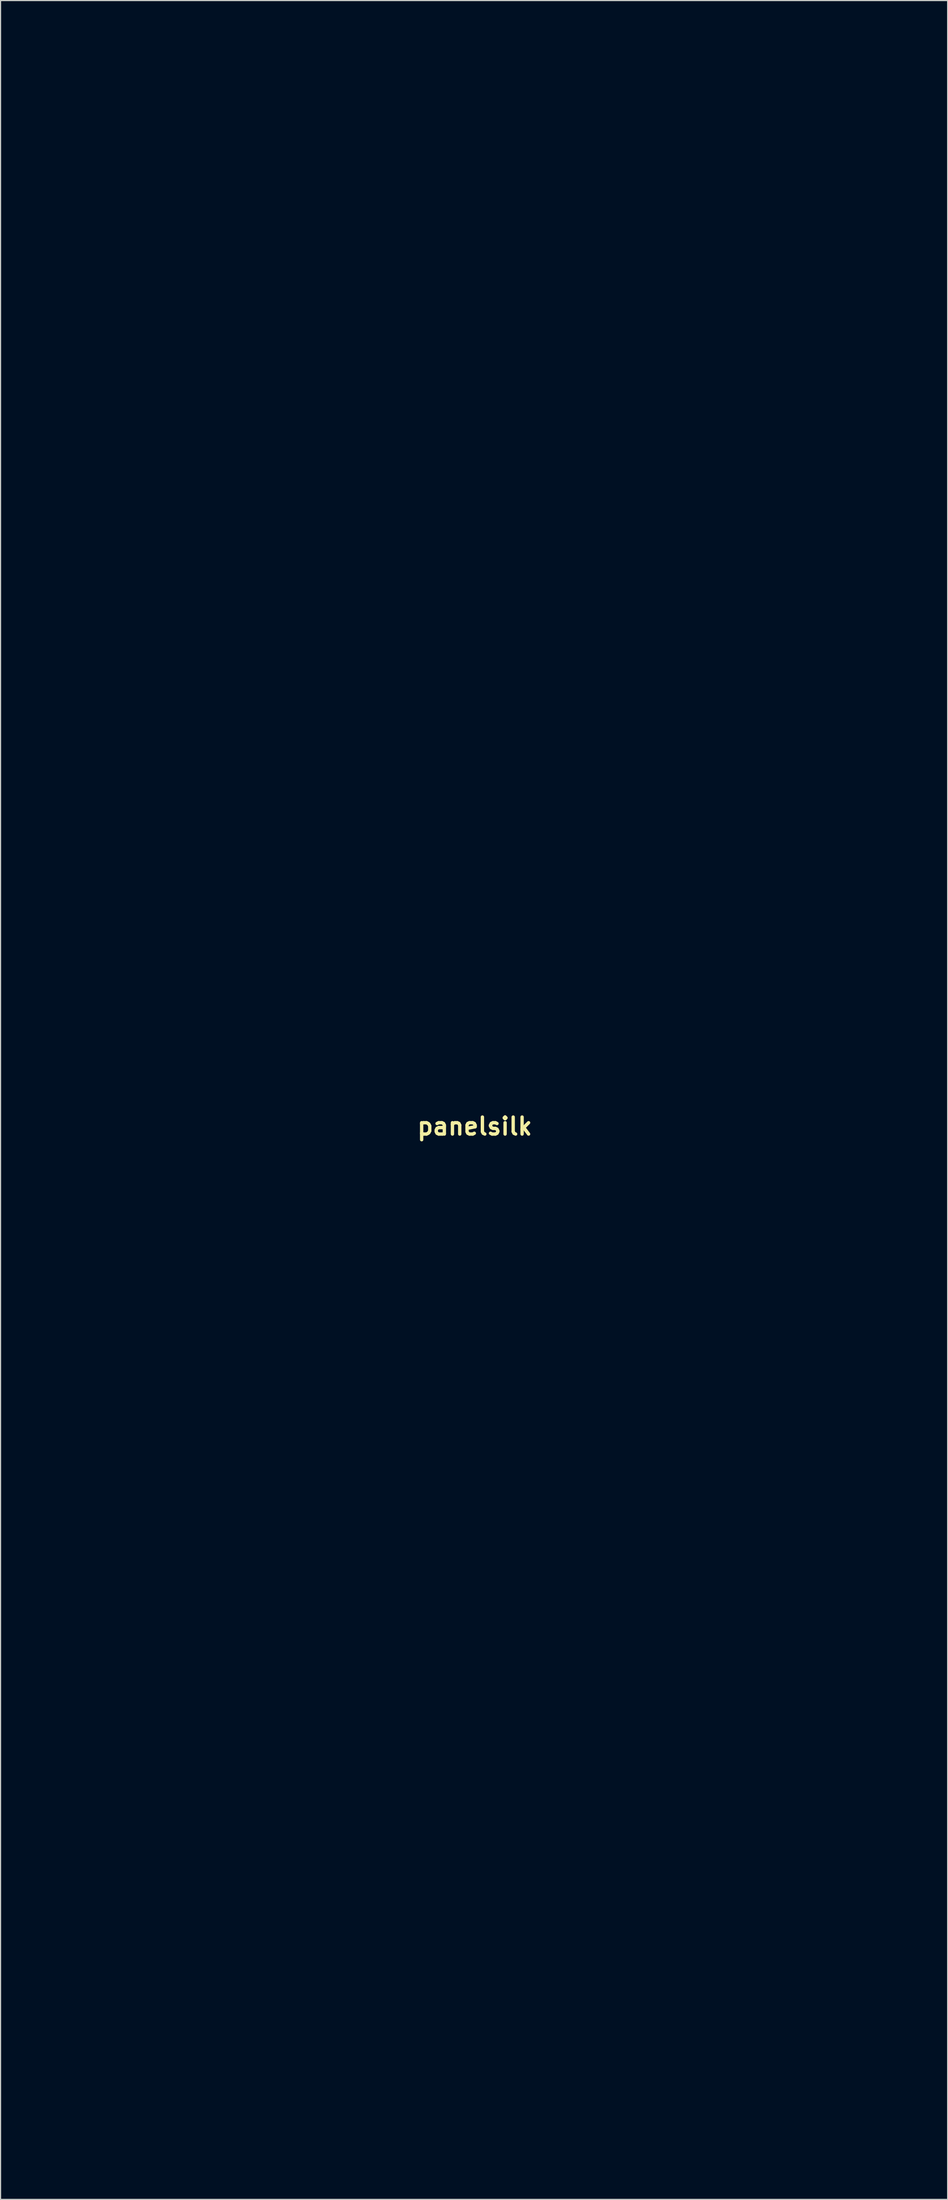
<source format=kicad_pcb>
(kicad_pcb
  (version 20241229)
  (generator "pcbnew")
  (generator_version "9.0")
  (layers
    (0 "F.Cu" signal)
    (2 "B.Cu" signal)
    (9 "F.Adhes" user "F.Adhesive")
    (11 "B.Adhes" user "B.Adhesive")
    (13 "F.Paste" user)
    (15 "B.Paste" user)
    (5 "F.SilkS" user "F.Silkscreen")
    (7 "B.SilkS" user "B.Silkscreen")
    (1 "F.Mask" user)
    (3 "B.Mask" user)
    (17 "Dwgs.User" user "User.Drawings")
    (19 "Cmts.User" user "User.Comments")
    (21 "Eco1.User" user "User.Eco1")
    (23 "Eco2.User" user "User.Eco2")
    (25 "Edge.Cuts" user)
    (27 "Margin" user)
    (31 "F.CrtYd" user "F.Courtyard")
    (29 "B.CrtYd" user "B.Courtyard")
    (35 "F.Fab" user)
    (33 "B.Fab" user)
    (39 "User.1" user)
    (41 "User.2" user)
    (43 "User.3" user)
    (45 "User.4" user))
  (footprint "panelsilk"
    (layer "F.Cu")
    (at 39.483 97.849)
    (property "Reference" "panelsilk" (at 0 0 0) (layer "F.SilkS") (effects (font (size 1.524 1.524) (thickness 0.3))))
    (attr through_hole)
    (fp_poly (pts (xy -12.105 66.741) (xy -13.163 66.741) (xy -13.163 62.772) (xy -12.105 62.772) (xy -12.105 66.741)) (stroke (width 0.01) (type solid)) (fill no) (layer "Eco2.User"))
    (fp_poly (pts (xy 10.451 66.741) (xy 9.657 66.741) (xy 9.657 62.772) (xy 10.451 62.772) (xy 10.451 66.741)) (stroke (width 0.01) (type solid)) (fill no) (layer "Eco2.User"))
    (fp_poly (pts (xy 19.976 -90.157) (xy 17.727 -90.157) (xy 17.727 -97.83) (xy 19.976 -97.83) (xy 19.976 -90.157)) (stroke (width 0.01) (type solid)) (fill no) (layer "Eco2.User"))
    (fp_poly (pts (xy 23.879 39.952) (xy 23.28 39.952) (xy 23.316 37.802) (xy 23.598 37.782) (xy 23.879 37.762) (xy 23.879 39.952)) (stroke (width 0.01) (type solid)) (fill no) (layer "Eco2.User"))
    (fp_poly (pts (xy 7.21 65.815) (xy 9.459 65.815) (xy 9.459 66.741) (xy 6.416 66.741) (xy 6.416 62.772) (xy 7.21 62.772) (xy 7.21 65.815)) (stroke (width 0.01) (type solid)) (fill no) (layer "Eco2.User"))
    (fp_poly (pts (xy -20.902 41.473) (xy -21.894 41.473) (xy -21.894 43.127) (xy -22.49 43.127) (xy -22.49 41.473) (xy -23.416 41.473) (xy -23.416 40.944) (xy -20.902 40.944) (xy -20.902 41.473)) (stroke (width 0.01) (type solid)) (fill no) (layer "Eco2.User"))
    (fp_poly (pts (xy -6.152 -84.336) (xy -9.922 -84.336) (xy -9.922 -78.449) (xy -12.237 -78.449) (xy -12.237 -84.336) (xy -16.007 -84.336) (xy -16.007 -86.122) (xy -6.152 -86.122) (xy -6.152 -84.336)) (stroke (width 0.01) (type solid)) (fill no) (layer "Eco2.User"))
    (fp_poly (pts (xy 1.455 41.473) (xy 0.529 41.473) (xy 0.529 43.127) (xy -0.132 43.127) (xy -0.132 41.473) (xy -1.058 41.473) (xy -1.058 40.944) (xy 1.455 40.944) (xy 1.455 41.473)) (stroke (width 0.01) (type solid)) (fill no) (layer "Eco2.User"))
    (fp_poly (pts (xy 4.101 41.473) (xy 3.175 41.473) (xy 3.175 43.127) (xy 2.58 43.127) (xy 2.58 41.473) (xy 1.587 41.473) (xy 1.587 40.944) (xy 4.101 40.944) (xy 4.101 41.473)) (stroke (width 0.01) (type solid)) (fill no) (layer "Eco2.User"))
    (fp_poly (pts (xy 26.458 41.473) (xy 25.532 41.473) (xy 25.532 43.127) (xy 24.937 43.127) (xy 24.937 41.473) (xy 24.011 41.473) (xy 24.011 40.944) (xy 26.458 40.944) (xy 26.458 41.473)) (stroke (width 0.01) (type solid)) (fill no) (layer "Eco2.User"))
    (fp_poly (pts (xy 29.17 41.473) (xy 28.178 41.473) (xy 28.178 43.127) (xy 27.583 43.127) (xy 27.583 41.473) (xy 26.657 41.473) (xy 26.657 40.944) (xy 29.17 40.944) (xy 29.17 41.473)) (stroke (width 0.01) (type solid)) (fill no) (layer "Eco2.User"))
    (fp_poly (pts (xy -23.614 41.473) (xy -24.54 41.473) (xy -24.54 43.127) (xy -25.135 43.127) (xy -25.135 41.479) (xy -25.615 41.46) (xy -26.095 41.44) (xy -26.095 40.977) (xy -23.614 40.941) (xy -23.614 41.473)) (stroke (width 0.01) (type solid)) (fill no) (layer "Eco2.User"))
    (fp_poly (pts (xy -14.354 88.635) (xy -16.735 88.635) (xy -16.735 89.231) (xy -14.486 89.231) (xy -14.486 90.157) (xy -16.735 90.157) (xy -16.735 91.678) (xy -17.595 91.678) (xy -17.595 87.776) (xy -14.354 87.776) (xy -14.354 88.635)) (stroke (width 0.01) (type solid)) (fill no) (layer "Eco2.User"))
    (fp_poly (pts (xy -13.494 63.698) (xy -16.536 63.698) (xy -16.536 64.294) (xy -13.626 64.294) (xy -13.626 65.22) (xy -16.536 65.22) (xy -16.536 66.741) (xy -17.595 66.741) (xy -17.595 62.772) (xy -13.494 62.772) (xy -13.494 63.698)) (stroke (width 0.01) (type solid)) (fill no) (layer "Eco2.User"))
    (fp_poly (pts (xy -5.358 13.626) (xy -8.334 13.626) (xy -8.334 14.221) (xy -5.49 14.221) (xy -5.49 15.147) (xy -8.334 15.147) (xy -8.334 16.669) (xy -9.327 16.669) (xy -9.327 12.7) (xy -5.358 12.7) (xy -5.358 13.626)) (stroke (width 0.01) (type solid)) (fill no) (layer "Eco2.User"))
    (fp_poly (pts (xy 23.085 38.298) (xy 21.431 38.298) (xy 21.431 38.629) (xy 23.019 38.629) (xy 23.019 39.158) (xy 21.431 39.158) (xy 21.431 39.952) (xy 20.836 39.952) (xy 20.836 37.769) (xy 23.085 37.769) (xy 23.085 38.298)) (stroke (width 0.01) (type solid)) (fill no) (layer "Eco2.User"))
    (fp_poly (pts (xy -2.58 63.698) (xy -5.622 63.698) (xy -5.622 64.294) (xy -2.712 64.294) (xy -2.712 65.22) (xy -5.622 65.22) (xy -5.622 65.815) (xy -2.58 65.815) (xy -2.58 66.741) (xy -6.681 66.741) (xy -6.681 62.772) (xy -2.58 62.772) (xy -2.58 63.698)) (stroke (width 0.01) (type solid)) (fill no) (layer "Eco2.User"))
    (fp_poly (pts (xy -0.661 39.427) (xy 0.083 39.409) (xy 0.827 39.39) (xy 0.845 38.58) (xy 0.864 37.769) (xy 1.455 37.769) (xy 1.455 39.502) (xy 1.23 39.727) (xy 1.005 39.952) (xy -1.257 39.952) (xy -1.257 37.769) (xy -0.661 37.769) (xy -0.661 39.427)) (stroke (width 0.01) (type solid)) (fill no) (layer "Eco2.User"))
    (fp_poly (pts (xy 10.931 -86.106) (xy 15.842 -86.089) (xy 15.86 -85.212) (xy 15.879 -84.336) (xy 12.106 -84.336) (xy 12.089 -81.409) (xy 12.072 -78.482) (xy 10.931 -78.464) (xy 9.79 -78.446) (xy 9.79 -84.336) (xy 6.019 -84.336) (xy 6.019 -86.123) (xy 10.931 -86.106)) (stroke (width 0.01) (type solid)) (fill no) (layer "Eco2.User"))
    (fp_poly (pts (xy 17.396 63.698) (xy 15.214 63.698) (xy 15.214 64.294) (xy 17.33 64.294) (xy 17.33 65.22) (xy 15.214 65.22) (xy 15.214 65.815) (xy 17.462 65.815) (xy 17.462 66.741) (xy 14.42 66.741) (xy 14.42 62.772) (xy 17.396 62.772) (xy 17.396 63.698)) (stroke (width 0.01) (type solid)) (fill no) (layer "Eco2.User"))
    (fp_poly (pts (xy 31.684 -4.564) (xy 33.602 -4.564) (xy 33.602 -6.085) (xy 34.462 -6.085) (xy 34.462 -2.117) (xy 33.602 -2.117) (xy 33.602 -3.638) (xy 31.684 -3.638) (xy 31.684 -2.117) (xy 30.824 -2.117) (xy 30.824 -6.085) (xy 31.684 -6.085) (xy 31.684 -4.564)) (stroke (width 0.01) (type solid)) (fill no) (layer "Eco2.User"))
    (fp_poly (pts (xy -22.569 88.222) (xy -22.589 88.668) (xy -23.697 88.687) (xy -24.805 88.705) (xy -24.805 89.297) (xy -22.688 89.297) (xy -22.688 90.223) (xy -24.805 90.223) (xy -24.805 90.818) (xy -22.556 90.818) (xy -22.556 91.744) (xy -25.598 91.744) (xy -25.598 87.776) (xy -22.55 87.776) (xy -22.569 88.222)) (stroke (width 0.01) (type solid)) (fill no) (layer "Eco2.User"))
    (fp_poly (pts (xy 3.969 13.626) (xy 0.992 13.626) (xy 0.992 14.221) (xy 3.836 14.221) (xy 3.836 15.147) (xy 0.992 15.147) (xy 0.992 15.74) (xy 2.497 15.758) (xy 4.002 15.776) (xy 4.021 16.222) (xy 4.041 16.669) (xy 0 16.669) (xy 0 12.7) (xy 3.969 12.7) (xy 3.969 13.626)) (stroke (width 0.01) (type solid)) (fill no) (layer "Eco2.User"))
    (fp_poly (pts (xy 9.327 -30.361) (xy 6.35 -30.361) (xy 6.35 -29.766) (xy 9.194 -29.766) (xy 9.194 -28.84) (xy 6.35 -28.84) (xy 6.35 -28.247) (xy 7.855 -28.229) (xy 9.36 -28.211) (xy 9.379 -27.765) (xy 9.399 -27.318) (xy 5.358 -27.318) (xy 5.358 -31.287) (xy 9.327 -31.287) (xy 9.327 -30.361)) (stroke (width 0.01) (type solid)) (fill no) (layer "Eco2.User"))
    (fp_poly (pts (xy -6.879 88.635) (xy -9.26 88.635) (xy -9.26 89.228) (xy -8.119 89.246) (xy -6.978 89.264) (xy -6.959 89.71) (xy -6.939 90.157) (xy -9.26 90.157) (xy -9.26 90.752) (xy -6.807 90.752) (xy -6.827 91.199) (xy -6.846 91.645) (xy -8.45 91.663) (xy -10.054 91.68) (xy -10.054 87.776) (xy -6.879 87.776) (xy -6.879 88.635)) (stroke (width 0.01) (type solid)) (fill no) (layer "Eco2.User"))
    (fp_poly (pts (xy 15.046 88.704) (xy 15.371 88.713) (xy 15.599 88.733) (xy 15.746 88.769) (xy 15.83 88.823) (xy 15.867 88.901) (xy 15.875 88.999) (xy 15.866 89.103) (xy 15.826 89.179) (xy 15.739 89.232) (xy 15.588 89.267) (xy 15.355 89.286) (xy 15.023 89.295) (xy 14.605 89.297) (xy 13.494 89.297) (xy 13.494 88.702) (xy 14.605 88.702) (xy 15.046 88.704)) (stroke (width 0.01) (type solid)) (fill no) (layer "Eco2.User"))
    (fp_poly (pts (xy 15.038 90.225) (xy 15.349 90.232) (xy 15.567 90.245) (xy 15.71 90.266) (xy 15.797 90.297) (xy 15.837 90.327) (xy 15.928 90.454) (xy 15.92 90.589) (xy 15.873 90.69) (xy 15.839 90.737) (xy 15.784 90.77) (xy 15.687 90.793) (xy 15.529 90.807) (xy 15.291 90.815) (xy 14.953 90.818) (xy 14.649 90.818) (xy 13.494 90.818) (xy 13.494 90.223) (xy 14.614 90.223) (xy 15.038 90.225)) (stroke (width 0.01) (type solid)) (fill no) (layer "Eco2.User"))
    (fp_poly (pts (xy 25.2 37.781) (xy 26.324 37.802) (xy 26.54 38.018) (xy 26.756 38.234) (xy 26.778 39.093) (xy 26.8 39.952) (xy 26.194 39.952) (xy 26.194 39.205) (xy 26.186 38.808) (xy 26.163 38.537) (xy 26.125 38.393) (xy 26.114 38.378) (xy 26.001 38.336) (xy 25.764 38.309) (xy 25.412 38.299) (xy 25.354 38.298) (xy 24.672 38.298) (xy 24.672 39.952) (xy 24.077 39.952) (xy 24.077 37.761) (xy 25.2 37.781)) (stroke (width 0.01) (type solid)) (fill no) (layer "Eco2.User"))
    (fp_poly (pts (xy 29.821 88.755) (xy 29.979 88.926) (xy 29.995 88.948) (xy 30.096 89.108) (xy 30.156 89.222) (xy 30.163 89.246) (xy 30.102 89.27) (xy 29.941 89.288) (xy 29.713 89.297) (xy 29.666 89.297) (xy 29.429 89.291) (xy 29.254 89.274) (xy 29.172 89.251) (xy 29.17 89.246) (xy 29.205 89.165) (xy 29.291 89.02) (xy 29.338 88.948) (xy 29.497 88.766) (xy 29.651 88.702) (xy 29.666 88.702) (xy 29.821 88.755)) (stroke (width 0.01) (type solid)) (fill no) (layer "Eco2.User"))
    (fp_poly (pts (xy -27.915 38.642) (xy -27.919 39.043) (xy -27.939 39.352) (xy -27.99 39.582) (xy -28.088 39.744) (xy -28.248 39.85) (xy -28.485 39.912) (xy -28.814 39.942) (xy -29.25 39.951) (xy -29.596 39.952) (xy -30.758 39.952) (xy -30.758 37.769) (xy -30.163 37.769) (xy -30.163 39.423) (xy -29.633 39.423) (xy -29.633 37.769) (xy -29.038 37.769) (xy -29.038 39.423) (xy -28.513 39.423) (xy -28.494 38.613) (xy -28.476 37.802) (xy -28.195 37.782) (xy -27.914 37.762) (xy -27.915 38.642)) (stroke (width 0.01) (type solid)) (fill no) (layer "Eco2.User"))
    (fp_poly (pts (xy 29.236 38.298) (xy 27.517 38.298) (xy 27.517 38.629) (xy 29.178 38.629) (xy 29.137 39.125) (xy 28.327 39.144) (xy 27.987 39.153) (xy 27.759 39.165) (xy 27.619 39.183) (xy 27.546 39.212) (xy 27.52 39.255) (xy 27.517 39.293) (xy 27.524 39.346) (xy 27.562 39.382) (xy 27.649 39.405) (xy 27.809 39.417) (xy 28.061 39.422) (xy 28.377 39.423) (xy 29.236 39.423) (xy 29.236 39.952) (xy 26.921 39.952) (xy 26.921 37.769) (xy 29.236 37.769) (xy 29.236 38.298)) (stroke (width 0.01) (type solid)) (fill no) (layer "Eco2.User"))
    (fp_poly (pts (xy -19.315 38.298) (xy -21.034 38.298) (xy -21.034 38.629) (xy -19.373 38.629) (xy -19.393 38.877) (xy -19.414 39.125) (xy -20.224 39.144) (xy -20.564 39.153) (xy -20.792 39.165) (xy -20.932 39.183) (xy -21.005 39.212) (xy -21.031 39.255) (xy -21.034 39.293) (xy -21.027 39.346) (xy -20.989 39.382) (xy -20.902 39.405) (xy -20.742 39.417) (xy -20.49 39.422) (xy -20.174 39.423) (xy -19.315 39.423) (xy -19.315 39.952) (xy -21.63 39.952) (xy -21.63 37.769) (xy -19.315 37.769) (xy -19.315 38.298)) (stroke (width 0.01) (type solid)) (fill no) (layer "Eco2.User"))
    (fp_poly (pts (xy -31.221 65.815) (xy -30.002 65.815) (xy -29.558 65.813) (xy -29.229 65.808) (xy -28.994 65.796) (xy -28.837 65.777) (xy -28.739 65.75) (xy -28.681 65.713) (xy -28.679 65.711) (xy -28.644 65.659) (xy -28.617 65.569) (xy -28.598 65.426) (xy -28.586 65.212) (xy -28.579 64.91) (xy -28.575 64.504) (xy -28.575 64.19) (xy -28.575 62.772) (xy -27.583 62.772) (xy -27.583 65.855) (xy -27.774 66.156) (xy -28.035 66.456) (xy -28.258 66.599) (xy -28.351 66.641) (xy -28.447 66.674) (xy -28.564 66.699) (xy -28.717 66.717) (xy -28.925 66.729) (xy -29.205 66.736) (xy -29.572 66.74) (xy -30.045 66.741) (xy -30.382 66.741) (xy -32.213 66.741) (xy -32.213 62.772) (xy -31.221 62.772) (xy -31.221 65.815)) (stroke (width 0.01) (type solid)) (fill no) (layer "Eco2.User"))
    (fp_poly (pts (xy 23.085 -3.043) (xy 24.097 -3.043) (xy 24.55 -3.047) (xy 24.877 -3.061) (xy 25.087 -3.085) (xy 25.186 -3.12) (xy 25.188 -3.122) (xy 25.217 -3.197) (xy 25.239 -3.364) (xy 25.255 -3.633) (xy 25.264 -4.012) (xy 25.268 -4.512) (xy 25.268 -4.643) (xy 25.268 -6.085) (xy 26.128 -6.085) (xy 26.128 -4.595) (xy 26.125 -4.056) (xy 26.117 -3.631) (xy 26.1 -3.301) (xy 26.07 -3.049) (xy 26.025 -2.856) (xy 25.962 -2.704) (xy 25.877 -2.575) (xy 25.777 -2.459) (xy 25.674 -2.354) (xy 25.57 -2.273) (xy 25.448 -2.213) (xy 25.289 -2.171) (xy 25.076 -2.143) (xy 24.791 -2.127) (xy 24.416 -2.119) (xy 23.932 -2.117) (xy 23.75 -2.117) (xy 22.225 -2.117) (xy 22.225 -6.085) (xy 23.085 -6.085) (xy 23.085 -3.043)) (stroke (width 0.01) (type solid)) (fill no) (layer "Eco2.User"))
    (fp_poly (pts (xy -26.855 -3.043) (xy -25.636 -3.043) (xy -25.193 -3.044) (xy -24.863 -3.05) (xy -24.629 -3.062) (xy -24.472 -3.08) (xy -24.373 -3.108) (xy -24.315 -3.145) (xy -24.313 -3.147) (xy -24.278 -3.199) (xy -24.252 -3.289) (xy -24.233 -3.432) (xy -24.22 -3.646) (xy -24.213 -3.947) (xy -24.21 -4.354) (xy -24.209 -4.668) (xy -24.209 -6.085) (xy -23.217 -6.085) (xy -23.217 -4.601) (xy -23.22 -4.103) (xy -23.23 -3.671) (xy -23.244 -3.322) (xy -23.263 -3.071) (xy -23.286 -2.935) (xy -23.287 -2.931) (xy -23.421 -2.7) (xy -23.63 -2.465) (xy -23.868 -2.275) (xy -23.992 -2.208) (xy -24.091 -2.179) (xy -24.245 -2.157) (xy -24.469 -2.14) (xy -24.777 -2.128) (xy -25.182 -2.121) (xy -25.698 -2.117) (xy -26.059 -2.117) (xy -27.914 -2.117) (xy -27.914 -6.085) (xy -26.855 -6.085) (xy -26.855 -3.043)) (stroke (width 0.01) (type solid)) (fill no) (layer "Eco2.User"))
    (fp_poly (pts (xy -36.777 90.818) (xy -36.049 90.818) (xy -36.049 87.776) (xy -35.322 87.776) (xy -35.322 90.818) (xy -35.037 90.818) (xy -34.843 90.801) (xy -34.7 90.757) (xy -34.674 90.739) (xy -34.645 90.664) (xy -34.623 90.496) (xy -34.607 90.228) (xy -34.598 89.849) (xy -34.594 89.349) (xy -34.594 89.218) (xy -34.594 87.776) (xy -33.794 87.776) (xy -33.814 89.346) (xy -33.821 89.849) (xy -33.829 90.237) (xy -33.84 90.53) (xy -33.855 90.747) (xy -33.876 90.905) (xy -33.904 91.024) (xy -33.942 91.121) (xy -33.972 91.182) (xy -34.112 91.387) (xy -34.287 91.564) (xy -34.329 91.595) (xy -34.404 91.643) (xy -34.484 91.68) (xy -34.586 91.706) (xy -34.729 91.724) (xy -34.932 91.735) (xy -35.212 91.741) (xy -35.589 91.744) (xy -36.059 91.744) (xy -37.571 91.744) (xy -37.571 87.776) (xy -36.777 87.776) (xy -36.777 90.818)) (stroke (width 0.01) (type solid)) (fill no) (layer "Eco2.User"))
    (fp_poly (pts (xy -9.305 62.773) (xy -8.841 62.777) (xy -8.475 62.786) (xy -8.193 62.803) (xy -7.978 62.83) (xy -7.813 62.871) (xy -7.681 62.927) (xy -7.567 63.002) (xy -7.454 63.098) (xy -7.386 63.16) (xy -7.272 63.271) (xy -7.184 63.378) (xy -7.118 63.499) (xy -7.071 63.653) (xy -7.041 63.857) (xy -7.023 64.13) (xy -7.014 64.491) (xy -7.012 64.957) (xy -7.011 65.217) (xy -7.011 66.741) (xy -8.004 66.741) (xy -8.004 65.367) (xy -8.005 64.888) (xy -8.011 64.525) (xy -8.021 64.258) (xy -8.038 64.07) (xy -8.062 63.945) (xy -8.095 63.864) (xy -8.107 63.845) (xy -8.147 63.794) (xy -8.2 63.757) (xy -8.283 63.73) (xy -8.416 63.714) (xy -8.618 63.704) (xy -8.909 63.7) (xy -9.306 63.698) (xy -9.463 63.698) (xy -10.716 63.698) (xy -10.716 66.741) (xy -11.774 66.741) (xy -11.774 62.772) (xy -9.886 62.772) (xy -9.305 62.773)) (stroke (width 0.01) (type solid)) (fill no) (layer "Eco2.User"))
    (fp_poly (pts (xy 1.058 -30.277) (xy 1.698 -29.261) (xy 1.926 -28.899) (xy 2.098 -28.635) (xy 2.226 -28.453) (xy 2.323 -28.339) (xy 2.4 -28.276) (xy 2.472 -28.25) (xy 2.541 -28.245) (xy 2.617 -28.252) (xy 2.688 -28.281) (xy 2.766 -28.349) (xy 2.864 -28.469) (xy 2.994 -28.658) (xy 3.168 -28.93) (xy 3.39 -29.286) (xy 4.035 -30.325) (xy 4.035 -31.287) (xy 5.027 -31.287) (xy 5.027 -30.029) (xy 4.358 -28.955) (xy 4.059 -28.48) (xy 3.814 -28.106) (xy 3.608 -27.822) (xy 3.429 -27.616) (xy 3.262 -27.475) (xy 3.094 -27.387) (xy 2.912 -27.34) (xy 2.702 -27.322) (xy 2.533 -27.319) (xy 2.227 -27.335) (xy 1.995 -27.388) (xy 1.819 -27.47) (xy 1.716 -27.54) (xy 1.607 -27.643) (xy 1.48 -27.794) (xy 1.324 -28.01) (xy 1.126 -28.303) (xy 0.877 -28.691) (xy 0.781 -28.841) (xy 0.008 -30.063) (xy 0.004 -30.675) (xy 0 -31.287) (xy 1.058 -31.287) (xy 1.058 -30.277)) (stroke (width 0.01) (type solid)) (fill no) (layer "Eco2.User"))
    (fp_poly (pts (xy -9.591 -28.244) (xy -8.665 -28.244) (xy -8.665 -31.287) (xy -7.607 -31.287) (xy -7.607 -28.244) (xy -7.175 -28.244) (xy -6.94 -28.248) (xy -6.803 -28.268) (xy -6.729 -28.316) (xy -6.683 -28.404) (xy -6.679 -28.414) (xy -6.659 -28.53) (xy -6.642 -28.756) (xy -6.628 -29.068) (xy -6.619 -29.443) (xy -6.615 -29.859) (xy -6.615 -29.935) (xy -6.615 -31.287) (xy -5.616 -31.287) (xy -5.636 -29.711) (xy -5.642 -29.214) (xy -5.649 -28.831) (xy -5.659 -28.544) (xy -5.672 -28.336) (xy -5.691 -28.187) (xy -5.718 -28.081) (xy -5.754 -27.999) (xy -5.801 -27.923) (xy -5.815 -27.903) (xy -5.982 -27.706) (xy -6.181 -27.529) (xy -6.207 -27.511) (xy -6.273 -27.467) (xy -6.341 -27.431) (xy -6.424 -27.404) (xy -6.538 -27.383) (xy -6.697 -27.367) (xy -6.918 -27.356) (xy -7.214 -27.348) (xy -7.601 -27.342) (xy -8.094 -27.336) (xy -8.544 -27.332) (xy -10.649 -27.313) (xy -10.649 -31.287) (xy -9.591 -31.287) (xy -9.591 -28.244)) (stroke (width 0.01) (type solid)) (fill no) (layer "Eco2.User"))
    (fp_poly (pts (xy -24.077 38.032) (xy -24.059 38.189) (xy -23.997 38.366) (xy -23.879 38.592) (xy -23.713 38.858) (xy -23.503 39.164) (xy -23.342 39.352) (xy -23.233 39.423) (xy -23.227 39.423) (xy -23.123 39.364) (xy -22.966 39.19) (xy -22.761 38.906) (xy -22.731 38.861) (xy -22.548 38.575) (xy -22.434 38.363) (xy -22.375 38.195) (xy -22.357 38.041) (xy -22.357 38.035) (xy -22.357 37.769) (xy -21.762 37.769) (xy -21.762 38.102) (xy -21.768 38.252) (xy -21.796 38.388) (xy -21.857 38.536) (xy -21.964 38.725) (xy -22.13 38.982) (xy -22.225 39.125) (xy -22.413 39.395) (xy -22.586 39.628) (xy -22.725 39.798) (xy -22.813 39.882) (xy -22.816 39.884) (xy -23.015 39.939) (xy -23.268 39.948) (xy -23.513 39.911) (xy -23.672 39.845) (xy -23.768 39.747) (xy -23.913 39.565) (xy -24.087 39.324) (xy -24.249 39.082) (xy -24.434 38.79) (xy -24.556 38.577) (xy -24.628 38.413) (xy -24.663 38.269) (xy -24.672 38.116) (xy -24.672 38.098) (xy -24.672 37.769) (xy -24.077 37.769) (xy -24.077 38.032)) (stroke (width 0.01) (type solid)) (fill no) (layer "Eco2.User"))
    (fp_poly (pts (xy -28.825 88.288) (xy -28.811 88.487) (xy -28.785 88.661) (xy -28.74 88.835) (xy -28.667 89.036) (xy -28.556 89.291) (xy -28.399 89.626) (xy -28.312 89.81) (xy -28.105 90.236) (xy -27.943 90.545) (xy -27.812 90.736) (xy -27.697 90.808) (xy -27.584 90.761) (xy -27.459 90.596) (xy -27.309 90.312) (xy -27.118 89.909) (xy -27.066 89.797) (xy -26.892 89.421) (xy -26.766 89.138) (xy -26.682 88.923) (xy -26.63 88.752) (xy -26.602 88.598) (xy -26.592 88.435) (xy -26.591 88.276) (xy -26.591 87.776) (xy -25.797 87.776) (xy -25.799 88.387) (xy -25.802 88.999) (xy -26.379 90.221) (xy -26.587 90.655) (xy -26.751 90.985) (xy -26.882 91.226) (xy -26.989 91.396) (xy -27.083 91.511) (xy -27.171 91.587) (xy -27.18 91.593) (xy -27.452 91.708) (xy -27.77 91.741) (xy -28.071 91.685) (xy -28.088 91.679) (xy -28.196 91.615) (xy -28.309 91.501) (xy -28.435 91.323) (xy -28.583 91.069) (xy -28.762 90.723) (xy -28.979 90.274) (xy -29.061 90.1) (xy -29.567 89.017) (xy -29.567 87.776) (xy -28.854 87.776) (xy -28.825 88.288)) (stroke (width 0.01) (type solid)) (fill no) (layer "Eco2.User"))
    (fp_poly (pts (xy 13.726 62.981) (xy 13.882 63.125) (xy 13.999 63.26) (xy 14.081 63.409) (xy 14.136 63.593) (xy 14.168 63.836) (xy 14.183 64.158) (xy 14.188 64.583) (xy 14.188 64.757) (xy 14.188 65.174) (xy 14.184 65.483) (xy 14.174 65.706) (xy 14.156 65.866) (xy 14.125 65.988) (xy 14.08 66.093) (xy 14.017 66.206) (xy 14.004 66.228) (xy 13.906 66.386) (xy 13.808 66.508) (xy 13.694 66.599) (xy 13.544 66.662) (xy 13.34 66.703) (xy 13.064 66.727) (xy 12.699 66.738) (xy 12.225 66.741) (xy 12.042 66.741) (xy 10.649 66.741) (xy 10.649 63.698) (xy 11.443 63.698) (xy 11.443 65.815) (xy 12.356 65.815) (xy 12.791 65.81) (xy 13.1 65.793) (xy 13.286 65.764) (xy 13.348 65.736) (xy 13.386 65.634) (xy 13.411 65.412) (xy 13.425 65.066) (xy 13.428 64.757) (xy 13.422 64.324) (xy 13.405 64.018) (xy 13.375 63.835) (xy 13.348 63.778) (xy 13.247 63.74) (xy 13.028 63.715) (xy 12.686 63.701) (xy 12.356 63.698) (xy 11.443 63.698) (xy 10.649 63.698) (xy 10.649 62.772) (xy 13.489 62.772) (xy 13.726 62.981)) (stroke (width 0.01) (type solid)) (fill no) (layer "Eco2.User"))
    (fp_poly (pts (xy 17.793 -5.159) (xy 16.64 -5.159) (xy 16.21 -5.158) (xy 15.892 -5.151) (xy 15.669 -5.139) (xy 15.521 -5.118) (xy 15.43 -5.088) (xy 15.384 -5.055) (xy 15.339 -4.987) (xy 15.309 -4.87) (xy 15.291 -4.683) (xy 15.282 -4.404) (xy 15.28 -4.076) (xy 15.286 -3.648) (xy 15.304 -3.347) (xy 15.335 -3.17) (xy 15.359 -3.122) (xy 15.444 -3.09) (xy 15.629 -3.066) (xy 15.925 -3.051) (xy 16.339 -3.044) (xy 16.616 -3.043) (xy 17.793 -3.043) (xy 17.793 -2.117) (xy 16.52 -2.117) (xy 16.069 -2.118) (xy 15.731 -2.123) (xy 15.484 -2.134) (xy 15.31 -2.151) (xy 15.186 -2.177) (xy 15.094 -2.214) (xy 15.048 -2.24) (xy 14.831 -2.394) (xy 14.669 -2.565) (xy 14.554 -2.774) (xy 14.479 -3.043) (xy 14.438 -3.393) (xy 14.421 -3.845) (xy 14.42 -4.049) (xy 14.426 -4.524) (xy 14.445 -4.889) (xy 14.483 -5.167) (xy 14.543 -5.382) (xy 14.63 -5.556) (xy 14.728 -5.689) (xy 14.845 -5.819) (xy 14.96 -5.917) (xy 15.096 -5.987) (xy 15.271 -6.035) (xy 15.505 -6.064) (xy 15.82 -6.079) (xy 16.235 -6.085) (xy 16.533 -6.085) (xy 17.793 -6.085) (xy 17.793 -5.159)) (stroke (width 0.01) (type solid)) (fill no) (layer "Eco2.User"))
    (fp_poly (pts (xy -31.499 87.784) (xy -31.344 87.819) (xy -31.207 87.895) (xy -31.074 88.027) (xy -30.932 88.228) (xy -30.769 88.512) (xy -30.572 88.895) (xy -30.439 89.165) (xy -29.87 90.322) (xy -29.82 91.744) (xy -30.559 91.744) (xy -30.561 91.265) (xy -30.589 90.857) (xy -30.674 90.541) (xy -30.69 90.504) (xy -30.817 90.223) (xy -32.541 90.223) (xy -32.675 90.485) (xy -32.757 90.699) (xy -32.799 90.96) (xy -32.808 91.246) (xy -32.808 91.744) (xy -33.602 91.744) (xy -33.602 90.563) (xy -33.062 89.417) (xy -32.988 89.261) (xy -32.081 89.261) (xy -32.021 89.28) (xy -31.864 89.293) (xy -31.684 89.297) (xy -31.475 89.291) (xy -31.331 89.277) (xy -31.287 89.261) (xy -31.314 89.186) (xy -31.384 89.037) (xy -31.421 88.964) (xy -31.551 88.771) (xy -31.679 88.702) (xy -31.684 88.702) (xy -31.812 88.766) (xy -31.942 88.954) (xy -31.947 88.964) (xy -32.028 89.13) (xy -32.076 89.241) (xy -32.081 89.261) (xy -32.988 89.261) (xy -32.887 89.049) (xy -32.724 88.715) (xy -32.585 88.436) (xy -32.479 88.233) (xy -32.418 88.129) (xy -32.418 88.128) (xy -32.177 87.909) (xy -31.866 87.792) (xy -31.684 87.776) (xy -31.499 87.784)) (stroke (width 0.01) (type solid)) (fill no) (layer "Eco2.User"))
    (fp_poly (pts (xy -2.508 -31.267) (xy -2.185 -31.173) (xy -1.914 -30.984) (xy -1.869 -30.938) (xy -1.769 -30.816) (xy -1.615 -30.602) (xy -1.422 -30.319) (xy -1.203 -29.988) (xy -0.974 -29.631) (xy -0.964 -29.614) (xy -0.265 -28.504) (xy -0.265 -27.318) (xy -1.323 -27.318) (xy -1.323 -27.832) (xy -1.329 -28.113) (xy -1.355 -28.307) (xy -1.409 -28.458) (xy -1.491 -28.593) (xy -1.658 -28.84) (xy -3.956 -28.84) (xy -4.128 -28.547) (xy -4.226 -28.351) (xy -4.279 -28.155) (xy -4.298 -27.904) (xy -4.299 -27.786) (xy -4.299 -27.318) (xy -5.292 -27.318) (xy -5.292 -28.57) (xy -4.555 -29.735) (xy -4.503 -29.816) (xy -3.307 -29.816) (xy -3.246 -29.793) (xy -3.084 -29.775) (xy -2.852 -29.766) (xy -2.774 -29.766) (xy -2.502 -29.771) (xy -2.345 -29.787) (xy -2.284 -29.819) (xy -2.288 -29.848) (xy -2.486 -30.146) (xy -2.67 -30.313) (xy -2.846 -30.351) (xy -3.016 -30.261) (xy -3.14 -30.114) (xy -3.241 -29.955) (xy -3.301 -29.841) (xy -3.307 -29.816) (xy -4.503 -29.816) (xy -4.263 -30.19) (xy -4.022 -30.544) (xy -3.82 -30.81) (xy -3.641 -31) (xy -3.471 -31.129) (xy -3.297 -31.209) (xy -3.103 -31.254) (xy -2.911 -31.274) (xy -2.508 -31.267)) (stroke (width 0.01) (type solid)) (fill no) (layer "Eco2.User"))
    (fp_poly (pts (xy -2.396 40.983) (xy -2.23 41.076) (xy -2.058 41.245) (xy -1.858 41.503) (xy -1.659 41.796) (xy -1.461 42.1) (xy -1.328 42.323) (xy -1.247 42.491) (xy -1.205 42.631) (xy -1.191 42.77) (xy -1.191 42.816) (xy -1.191 43.127) (xy -1.852 43.127) (xy -1.852 42.858) (xy -1.86 42.638) (xy -1.899 42.49) (xy -1.989 42.399) (xy -2.154 42.353) (xy -2.415 42.335) (xy -2.657 42.333) (xy -3.005 42.34) (xy -3.242 42.367) (xy -3.39 42.429) (xy -3.468 42.538) (xy -3.499 42.706) (xy -3.504 42.846) (xy -3.506 43.127) (xy -4.101 43.127) (xy -4.101 42.783) (xy -4.094 42.618) (xy -4.064 42.473) (xy -3.999 42.316) (xy -3.883 42.115) (xy -3.705 41.839) (xy -3.699 41.83) (xy -3.682 41.804) (xy -2.98 41.804) (xy -2.68 41.804) (xy -2.502 41.795) (xy -2.395 41.773) (xy -2.381 41.76) (xy -2.429 41.664) (xy -2.537 41.554) (xy -2.649 41.481) (xy -2.682 41.473) (xy -2.773 41.524) (xy -2.871 41.639) (xy -2.98 41.804) (xy -3.682 41.804) (xy -3.483 41.508) (xy -3.317 41.282) (xy -3.182 41.132) (xy -3.059 41.04) (xy -2.929 40.99) (xy -2.785 40.963) (xy -2.574 40.95) (xy -2.396 40.983)) (stroke (width 0.01) (type solid)) (fill no) (layer "Eco2.User"))
    (fp_poly (pts (xy -26.084 37.794) (xy -25.901 37.876) (xy -25.715 38.033) (xy -25.509 38.278) (xy -25.266 38.628) (xy -25.251 38.65) (xy -25.059 38.949) (xy -24.93 39.168) (xy -24.853 39.334) (xy -24.816 39.475) (xy -24.805 39.62) (xy -24.805 39.641) (xy -24.805 39.952) (xy -25.4 39.952) (xy -25.4 39.702) (xy -25.427 39.494) (xy -25.494 39.319) (xy -25.503 39.305) (xy -25.56 39.238) (xy -25.638 39.195) (xy -25.763 39.171) (xy -25.964 39.161) (xy -26.269 39.158) (xy -26.273 39.158) (xy -26.62 39.165) (xy -26.857 39.193) (xy -27.004 39.254) (xy -27.082 39.363) (xy -27.113 39.532) (xy -27.118 39.671) (xy -27.12 39.952) (xy -27.715 39.952) (xy -27.715 39.619) (xy -27.709 39.468) (xy -27.681 39.331) (xy -27.619 39.182) (xy -27.51 38.991) (xy -27.342 38.731) (xy -27.274 38.629) (xy -26.594 38.629) (xy -26.294 38.629) (xy -26.117 38.619) (xy -26.011 38.595) (xy -25.997 38.58) (xy -26.051 38.46) (xy -26.163 38.347) (xy -26.276 38.298) (xy -26.382 38.349) (xy -26.485 38.464) (xy -26.594 38.629) (xy -27.274 38.629) (xy -27.26 38.608) (xy -27.023 38.269) (xy -26.828 38.032) (xy -26.657 37.88) (xy -26.492 37.798) (xy -26.315 37.77) (xy -26.283 37.769) (xy -26.084 37.794)) (stroke (width 0.01) (type solid)) (fill no) (layer "Eco2.User"))
    (fp_poly (pts (xy -27.511 40.965) (xy -27.345 41.037) (xy -27.177 41.176) (xy -26.987 41.398) (xy -26.758 41.719) (xy -26.715 41.783) (xy -26.521 42.077) (xy -26.391 42.29) (xy -26.313 42.452) (xy -26.274 42.591) (xy -26.261 42.733) (xy -26.26 42.794) (xy -26.26 43.127) (xy -26.855 43.127) (xy -26.857 42.846) (xy -26.869 42.634) (xy -26.916 42.49) (xy -27.018 42.401) (xy -27.198 42.353) (xy -27.475 42.335) (xy -27.702 42.333) (xy -28.008 42.336) (xy -28.211 42.346) (xy -28.336 42.37) (xy -28.414 42.413) (xy -28.471 42.48) (xy -28.472 42.48) (xy -28.542 42.646) (xy -28.575 42.855) (xy -28.575 42.877) (xy -28.575 43.127) (xy -29.17 43.127) (xy -29.17 42.816) (xy -29.162 42.669) (xy -29.129 42.529) (xy -29.058 42.368) (xy -28.937 42.158) (xy -28.754 41.871) (xy -28.724 41.825) (xy -28.641 41.706) (xy -27.961 41.706) (xy -27.947 41.773) (xy -27.826 41.8) (xy -27.674 41.804) (xy -27.49 41.801) (xy -27.415 41.78) (xy -27.424 41.723) (xy -27.467 41.655) (xy -27.609 41.515) (xy -27.759 41.493) (xy -27.883 41.583) (xy -27.961 41.706) (xy -28.641 41.706) (xy -28.478 41.47) (xy -28.271 41.219) (xy -28.084 41.058) (xy -27.901 40.971) (xy -27.703 40.944) (xy -27.692 40.944) (xy -27.511 40.965)) (stroke (width 0.01) (type solid)) (fill no) (layer "Eco2.User"))
    (fp_poly (pts (xy -12.138 87.776) (xy -11.773 87.778) (xy -11.503 87.784) (xy -11.308 87.796) (xy -11.171 87.815) (xy -11.071 87.843) (xy -10.99 87.882) (xy -10.91 87.934) (xy -10.903 87.938) (xy -10.648 88.187) (xy -10.475 88.512) (xy -10.395 88.879) (xy -10.417 89.253) (xy -10.483 89.469) (xy -10.541 89.635) (xy -10.535 89.75) (xy -10.466 89.877) (xy -10.413 89.989) (xy -10.376 90.153) (xy -10.35 90.394) (xy -10.333 90.734) (xy -10.328 90.868) (xy -10.305 91.685) (xy -10.725 91.665) (xy -11.146 91.645) (xy -11.165 90.987) (xy -11.18 90.698) (xy -11.205 90.455) (xy -11.235 90.291) (xy -11.255 90.243) (xy -11.325 90.207) (xy -11.473 90.181) (xy -11.716 90.165) (xy -12.067 90.158) (xy -12.311 90.157) (xy -13.295 90.157) (xy -13.295 91.678) (xy -14.089 91.678) (xy -14.089 89.231) (xy -13.303 89.231) (xy -12.32 89.231) (xy -11.873 89.226) (xy -11.551 89.211) (xy -11.347 89.186) (xy -11.258 89.151) (xy -11.183 88.999) (xy -11.226 88.839) (xy -11.335 88.734) (xy -11.428 88.691) (xy -11.565 88.663) (xy -11.768 88.648) (xy -12.061 88.645) (xy -12.377 88.65) (xy -13.262 88.668) (xy -13.283 88.95) (xy -13.303 89.231) (xy -14.089 89.231) (xy -14.089 87.776) (xy -12.616 87.776) (xy -12.138 87.776)) (stroke (width 0.01) (type solid)) (fill no) (layer "Eco2.User"))
    (fp_poly (pts (xy 20.067 -6.084) (xy 20.47 -6.078) (xy 20.778 -6.064) (xy 21.008 -6.04) (xy 21.179 -6.001) (xy 21.31 -5.945) (xy 21.417 -5.868) (xy 21.52 -5.768) (xy 21.544 -5.744) (xy 21.766 -5.413) (xy 21.874 -5.032) (xy 21.863 -4.622) (xy 21.796 -4.37) (xy 21.74 -4.186) (xy 21.738 -4.066) (xy 21.792 -3.95) (xy 21.813 -3.918) (xy 21.866 -3.805) (xy 21.904 -3.641) (xy 21.929 -3.4) (xy 21.947 -3.059) (xy 21.951 -2.93) (xy 21.974 -2.117) (xy 21.101 -2.117) (xy 21.101 -2.773) (xy 21.095 -3.101) (xy 21.078 -3.322) (xy 21.044 -3.459) (xy 20.997 -3.534) (xy 20.933 -3.576) (xy 20.824 -3.605) (xy 20.651 -3.624) (xy 20.391 -3.634) (xy 20.026 -3.638) (xy 19.905 -3.638) (xy 18.918 -3.638) (xy 18.918 -2.117) (xy 18.058 -2.117) (xy 18.058 -5.159) (xy 18.918 -5.159) (xy 18.918 -4.564) (xy 19.897 -4.564) (xy 20.343 -4.569) (xy 20.665 -4.584) (xy 20.867 -4.609) (xy 20.955 -4.643) (xy 21.021 -4.772) (xy 21.034 -4.862) (xy 21.023 -4.97) (xy 20.978 -5.049) (xy 20.882 -5.102) (xy 20.715 -5.135) (xy 20.46 -5.153) (xy 20.098 -5.159) (xy 19.897 -5.159) (xy 18.918 -5.159) (xy 18.058 -5.159) (xy 18.058 -6.085) (xy 19.549 -6.085) (xy 20.067 -6.084)) (stroke (width 0.01) (type solid)) (fill no) (layer "Eco2.User"))
    (fp_poly (pts (xy 22.562 40.965) (xy 22.727 41.037) (xy 22.896 41.176) (xy 23.085 41.398) (xy 23.315 41.719) (xy 23.358 41.783) (xy 23.551 42.077) (xy 23.681 42.29) (xy 23.759 42.452) (xy 23.799 42.591) (xy 23.812 42.733) (xy 23.812 42.794) (xy 23.812 43.127) (xy 23.217 43.127) (xy 23.215 42.846) (xy 23.203 42.634) (xy 23.156 42.49) (xy 23.054 42.401) (xy 22.875 42.353) (xy 22.598 42.335) (xy 22.37 42.333) (xy 22.064 42.336) (xy 21.862 42.346) (xy 21.736 42.37) (xy 21.658 42.413) (xy 21.601 42.48) (xy 21.6 42.48) (xy 21.531 42.646) (xy 21.498 42.855) (xy 21.497 42.877) (xy 21.497 43.127) (xy 20.902 43.127) (xy 20.902 42.816) (xy 20.91 42.669) (xy 20.944 42.529) (xy 21.014 42.368) (xy 21.135 42.158) (xy 21.318 41.871) (xy 21.349 41.825) (xy 21.431 41.706) (xy 22.112 41.706) (xy 22.126 41.773) (xy 22.246 41.8) (xy 22.398 41.804) (xy 22.582 41.801) (xy 22.657 41.78) (xy 22.648 41.723) (xy 22.606 41.655) (xy 22.463 41.515) (xy 22.314 41.493) (xy 22.189 41.583) (xy 22.112 41.706) (xy 21.431 41.706) (xy 21.594 41.47) (xy 21.802 41.219) (xy 21.988 41.058) (xy 22.171 40.971) (xy 22.369 40.944) (xy 22.381 40.944) (xy 22.562 40.965)) (stroke (width 0.01) (type solid)) (fill no) (layer "Eco2.User"))
    (fp_poly (pts (xy 29.832 -96.044) (xy 26.839 -96.043) (xy 26.086 -96.043) (xy 25.453 -96.04) (xy 24.929 -96.035) (xy 24.501 -96.026) (xy 24.159 -96.013) (xy 23.889 -95.995) (xy 23.681 -95.971) (xy 23.522 -95.94) (xy 23.4 -95.901) (xy 23.304 -95.853) (xy 23.222 -95.796) (xy 23.206 -95.783) (xy 23.158 -95.742) (xy 23.121 -95.692) (xy 23.093 -95.618) (xy 23.073 -95.503) (xy 23.059 -95.331) (xy 23.049 -95.085) (xy 23.042 -94.748) (xy 23.035 -94.303) (xy 23.032 -94.037) (xy 23.012 -92.415) (xy 23.208 -92.195) (xy 23.405 -91.976) (xy 29.832 -91.939) (xy 29.832 -90.157) (xy 26.64 -90.165) (xy 25.989 -90.167) (xy 25.367 -90.172) (xy 24.79 -90.179) (xy 24.272 -90.188) (xy 23.827 -90.197) (xy 23.471 -90.208) (xy 23.218 -90.22) (xy 23.085 -90.232) (xy 22.589 -90.365) (xy 22.097 -90.592) (xy 21.642 -90.891) (xy 21.257 -91.242) (xy 20.98 -91.608) (xy 20.803 -91.91) (xy 20.783 -93.888) (xy 20.762 -95.867) (xy 20.968 -96.286) (xy 21.239 -96.696) (xy 21.615 -97.062) (xy 22.072 -97.367) (xy 22.585 -97.593) (xy 22.92 -97.686) (xy 23.059 -97.702) (xy 23.319 -97.719) (xy 23.687 -97.735) (xy 24.153 -97.751) (xy 24.704 -97.766) (xy 25.328 -97.78) (xy 26.015 -97.793) (xy 26.541 -97.8) (xy 29.832 -97.844) (xy 29.832 -96.044)) (stroke (width 0.01) (type solid)) (fill no) (layer "Eco2.User"))
    (fp_poly (pts (xy -1.389 38.298) (xy -2.516 38.298) (xy -2.933 38.3) (xy -3.237 38.305) (xy -3.445 38.317) (xy -3.576 38.335) (xy -3.649 38.363) (xy -3.682 38.401) (xy -3.683 38.404) (xy -3.693 38.491) (xy -3.635 38.553) (xy -3.495 38.594) (xy -3.258 38.618) (xy -2.909 38.627) (xy -2.758 38.628) (xy -2.299 38.641) (xy -1.956 38.684) (xy -1.714 38.765) (xy -1.559 38.889) (xy -1.478 39.066) (xy -1.455 39.291) (xy -1.501 39.565) (xy -1.646 39.762) (xy -1.785 39.852) (xy -1.89 39.891) (xy -2.046 39.919) (xy -2.272 39.937) (xy -2.587 39.948) (xy -3.01 39.952) (xy -3.139 39.952) (xy -4.299 39.952) (xy -4.299 39.423) (xy -3.17 39.423) (xy -2.759 39.422) (xy -2.462 39.418) (xy -2.261 39.409) (xy -2.139 39.393) (xy -2.078 39.368) (xy -2.061 39.333) (xy -2.063 39.307) (xy -2.087 39.259) (xy -2.151 39.224) (xy -2.276 39.199) (xy -2.484 39.18) (xy -2.794 39.164) (xy -2.944 39.158) (xy -3.315 39.138) (xy -3.624 39.109) (xy -3.846 39.074) (xy -3.949 39.042) (xy -4.158 38.858) (xy -4.276 38.619) (xy -4.293 38.359) (xy -4.198 38.117) (xy -4.196 38.114) (xy -4.101 37.998) (xy -3.99 37.91) (xy -3.841 37.848) (xy -3.637 37.807) (xy -3.357 37.783) (xy -2.981 37.772) (xy -2.55 37.769) (xy -1.389 37.769) (xy -1.389 38.298)) (stroke (width 0.01) (type solid)) (fill no) (layer "Eco2.User"))
    (fp_poly (pts (xy -27.682 -94.886) (xy -22.809 -94.886) (xy -22.623 -95.094) (xy -22.518 -95.243) (xy -22.428 -95.447) (xy -22.344 -95.735) (xy -22.292 -95.954) (xy -22.208 -96.325) (xy -22.114 -96.734) (xy -22.026 -97.108) (xy -22.004 -97.201) (xy -21.861 -97.797) (xy -20.775 -97.815) (xy -20.408 -97.818) (xy -20.088 -97.815) (xy -19.839 -97.807) (xy -19.683 -97.793) (xy -19.641 -97.782) (xy -19.643 -97.707) (xy -19.672 -97.524) (xy -19.722 -97.256) (xy -19.79 -96.924) (xy -19.87 -96.548) (xy -19.958 -96.151) (xy -20.049 -95.753) (xy -20.138 -95.376) (xy -20.22 -95.041) (xy -20.291 -94.77) (xy -20.346 -94.584) (xy -20.369 -94.522) (xy -20.398 -94.437) (xy -20.388 -94.355) (xy -20.324 -94.251) (xy -20.192 -94.1) (xy -20.023 -93.925) (xy -19.829 -93.719) (xy -19.678 -93.533) (xy -19.565 -93.347) (xy -19.485 -93.139) (xy -19.432 -92.889) (xy -19.401 -92.576) (xy -19.386 -92.179) (xy -19.381 -91.676) (xy -19.381 -91.501) (xy -19.381 -90.157) (xy -21.63 -90.157) (xy -21.63 -91.343) (xy -21.633 -91.737) (xy -21.643 -92.096) (xy -21.657 -92.393) (xy -21.675 -92.604) (xy -21.693 -92.696) (xy -21.728 -92.778) (xy -21.772 -92.847) (xy -21.838 -92.903) (xy -21.936 -92.948) (xy -22.079 -92.984) (xy -22.278 -93.011) (xy -22.545 -93.031) (xy -22.892 -93.046) (xy -23.33 -93.057) (xy -23.871 -93.065) (xy -24.527 -93.072) (xy -24.904 -93.076) (xy -27.682 -93.1) (xy -27.718 -90.157) (xy -29.964 -90.157) (xy -29.964 -97.83) (xy -27.718 -97.83) (xy -27.682 -94.886)) (stroke (width 0.01) (type solid)) (fill no) (layer "Eco2.User"))
    (fp_poly (pts (xy -2.685 12.7) (xy -2.262 12.702) (xy -1.938 12.707) (xy -1.695 12.716) (xy -1.516 12.73) (xy -1.383 12.751) (xy -1.281 12.78) (xy -1.19 12.817) (xy -1.126 12.849) (xy -0.783 13.087) (xy -0.547 13.389) (xy -0.423 13.737) (xy -0.419 14.113) (xy -0.491 14.382) (xy -0.555 14.567) (xy -0.565 14.693) (xy -0.519 14.824) (xy -0.466 14.926) (xy -0.404 15.062) (xy -0.364 15.217) (xy -0.341 15.42) (xy -0.332 15.705) (xy -0.331 15.924) (xy -0.331 16.669) (xy -1.323 16.669) (xy -1.323 16.04) (xy -1.324 15.749) (xy -1.338 15.529) (xy -1.381 15.371) (xy -1.469 15.264) (xy -1.619 15.198) (xy -1.847 15.163) (xy -2.169 15.15) (xy -2.602 15.147) (xy -2.776 15.147) (xy -3.965 15.147) (xy -3.983 15.925) (xy -4.002 16.702) (xy -4.468 16.721) (xy -4.705 16.724) (xy -4.888 16.715) (xy -4.979 16.695) (xy -4.98 16.693) (xy -4.992 16.618) (xy -5.003 16.427) (xy -5.012 16.137) (xy -5.019 15.765) (xy -5.024 15.327) (xy -5.027 14.841) (xy -5.027 14.673) (xy -5.027 13.626) (xy -3.969 13.626) (xy -3.969 14.221) (xy -2.758 14.221) (xy -2.27 14.218) (xy -1.906 14.208) (xy -1.655 14.189) (xy -1.51 14.163) (xy -1.468 14.142) (xy -1.396 13.993) (xy -1.411 13.825) (xy -1.507 13.7) (xy -1.517 13.695) (xy -1.628 13.67) (xy -1.851 13.65) (xy -2.165 13.636) (xy -2.55 13.627) (xy -2.807 13.626) (xy -3.969 13.626) (xy -5.027 13.626) (xy -5.027 12.7) (xy -3.222 12.7) (xy -2.685 12.7)) (stroke (width 0.01) (type solid)) (fill no) (layer "Eco2.User"))
    (fp_poly (pts (xy -34.114 -86.089) (xy -33.358 -86.088) (xy -32.715 -86.087) (xy -32.173 -86.085) (xy -31.722 -86.082) (xy -31.352 -86.077) (xy -31.052 -86.07) (xy -30.813 -86.061) (xy -30.624 -86.05) (xy -30.475 -86.036) (xy -30.356 -86.019) (xy -30.255 -85.998) (xy -30.164 -85.974) (xy -30.071 -85.945) (xy -30.063 -85.943) (xy -29.513 -85.715) (xy -29.022 -85.407) (xy -28.614 -85.034) (xy -28.312 -84.615) (xy -28.297 -84.587) (xy -28.26 -84.517) (xy -28.23 -84.446) (xy -28.206 -84.362) (xy -28.186 -84.252) (xy -28.171 -84.103) (xy -28.159 -83.904) (xy -28.15 -83.64) (xy -28.143 -83.3) (xy -28.137 -82.872) (xy -28.133 -82.341) (xy -28.128 -81.697) (xy -28.126 -81.376) (xy -28.107 -78.449) (xy -30.361 -78.449) (xy -30.361 -81.09) (xy -30.363 -81.714) (xy -30.367 -82.286) (xy -30.374 -82.792) (xy -30.384 -83.219) (xy -30.395 -83.554) (xy -30.409 -83.784) (xy -30.423 -83.896) (xy -30.424 -83.898) (xy -30.501 -84.047) (xy -30.615 -84.157) (xy -30.787 -84.233) (xy -31.035 -84.283) (xy -31.38 -84.313) (xy -31.73 -84.326) (xy -32.609 -84.349) (xy -32.626 -81.415) (xy -32.643 -78.482) (xy -33.784 -78.464) (xy -34.925 -78.446) (xy -34.925 -84.336) (xy -37.174 -84.336) (xy -37.174 -78.449) (xy -38.301 -78.449) (xy -38.743 -78.452) (xy -39.067 -78.46) (xy -39.285 -78.476) (xy -39.411 -78.5) (xy -39.459 -78.532) (xy -39.464 -78.611) (xy -39.469 -78.811) (xy -39.473 -79.119) (xy -39.475 -79.523) (xy -39.477 -80.011) (xy -39.478 -80.57) (xy -39.477 -81.189) (xy -39.475 -81.855) (xy -39.473 -82.352) (xy -39.456 -86.089) (xy -34.991 -86.089) (xy -34.114 -86.089)) (stroke (width 0.01) (type solid)) (fill no) (layer "Eco2.User"))
    (fp_poly (pts (xy -16.735 -83.357) (xy -16.735 -82.628) (xy -16.738 -82.019) (xy -16.744 -81.515) (xy -16.755 -81.104) (xy -16.772 -80.772) (xy -16.798 -80.507) (xy -16.832 -80.296) (xy -16.878 -80.124) (xy -16.936 -79.979) (xy -17.009 -79.849) (xy -17.096 -79.718) (xy -17.159 -79.633) (xy -17.431 -79.34) (xy -17.797 -79.059) (xy -18.215 -78.814) (xy -18.643 -78.634) (xy -18.756 -78.598) (xy -18.868 -78.568) (xy -18.991 -78.544) (xy -19.14 -78.525) (xy -19.329 -78.511) (xy -19.572 -78.499) (xy -19.882 -78.491) (xy -20.273 -78.485) (xy -20.759 -78.48) (xy -21.355 -78.477) (xy -21.828 -78.474) (xy -22.434 -78.473) (xy -23.011 -78.474) (xy -23.544 -78.477) (xy -24.015 -78.483) (xy -24.41 -78.491) (xy -24.71 -78.501) (xy -24.901 -78.512) (xy -24.941 -78.517) (xy -25.507 -78.658) (xy -26.034 -78.892) (xy -26.502 -79.207) (xy -26.889 -79.585) (xy -27.172 -80.012) (xy -27.199 -80.07) (xy -27.236 -80.153) (xy -27.267 -80.235) (xy -27.291 -80.33) (xy -27.311 -80.451) (xy -27.327 -80.61) (xy -27.339 -80.821) (xy -27.348 -81.097) (xy -27.355 -81.45) (xy -27.361 -81.895) (xy -27.366 -82.444) (xy -27.371 -83.11) (xy -27.372 -83.228) (xy -27.392 -86.056) (xy -25.069 -86.056) (xy -25.069 -80.657) (xy -24.867 -80.462) (xy -24.664 -80.268) (xy -22.237 -80.248) (xy -21.675 -80.245) (xy -21.147 -80.243) (xy -20.67 -80.244) (xy -20.26 -80.247) (xy -19.934 -80.252) (xy -19.708 -80.259) (xy -19.6 -80.267) (xy -19.396 -80.335) (xy -19.237 -80.43) (xy -19.083 -80.554) (xy -19.05 -83.321) (xy -19.017 -86.089) (xy -17.876 -86.107) (xy -16.735 -86.125) (xy -16.735 -83.357)) (stroke (width 0.01) (type solid)) (fill no) (layer "Eco2.User"))
    (fp_poly (pts (xy 2.711 37.781) (xy 3.834 37.802) (xy 4.04 38.009) (xy 4.189 38.197) (xy 4.244 38.393) (xy 4.247 38.457) (xy 4.229 38.64) (xy 4.186 38.77) (xy 4.179 38.78) (xy 4.155 38.893) (xy 4.206 38.989) (xy 4.293 39.21) (xy 4.272 39.453) (xy 4.155 39.68) (xy 3.969 39.842) (xy 3.876 39.884) (xy 3.747 39.915) (xy 3.562 39.935) (xy 3.299 39.946) (xy 2.937 39.951) (xy 2.685 39.952) (xy 1.587 39.952) (xy 1.587 39.291) (xy 2.183 39.291) (xy 2.19 39.35) (xy 2.225 39.388) (xy 2.311 39.409) (xy 2.472 39.416) (xy 2.728 39.413) (xy 2.927 39.409) (xy 3.258 39.397) (xy 3.478 39.381) (xy 3.606 39.357) (xy 3.663 39.321) (xy 3.671 39.291) (xy 3.649 39.246) (xy 3.568 39.215) (xy 3.41 39.194) (xy 3.152 39.179) (xy 2.927 39.173) (xy 2.605 39.166) (xy 2.392 39.167) (xy 2.266 39.18) (xy 2.205 39.208) (xy 2.184 39.254) (xy 2.183 39.291) (xy 1.587 39.291) (xy 1.587 38.464) (xy 2.249 38.464) (xy 2.254 38.542) (xy 2.285 38.59) (xy 2.367 38.616) (xy 2.527 38.627) (xy 2.789 38.629) (xy 2.849 38.629) (xy 3.132 38.622) (xy 3.376 38.601) (xy 3.543 38.572) (xy 3.58 38.558) (xy 3.669 38.487) (xy 3.643 38.404) (xy 3.634 38.393) (xy 3.555 38.346) (xy 3.398 38.316) (xy 3.143 38.301) (xy 2.902 38.298) (xy 2.604 38.299) (xy 2.414 38.307) (xy 2.308 38.326) (xy 2.261 38.364) (xy 2.249 38.427) (xy 2.249 38.464) (xy 1.587 38.464) (xy 1.587 37.761) (xy 2.711 37.781)) (stroke (width 0.01) (type solid)) (fill no) (layer "Eco2.User"))
    (fp_poly (pts (xy -28.244 -5.159) (xy -30.125 -5.159) (xy -30.683 -5.159) (xy -31.124 -5.156) (xy -31.461 -5.15) (xy -31.711 -5.14) (xy -31.886 -5.126) (xy -32.002 -5.107) (xy -32.074 -5.081) (xy -32.109 -5.055) (xy -32.204 -4.903) (xy -32.173 -4.74) (xy -32.148 -4.696) (xy -32.107 -4.663) (xy -32.019 -4.636) (xy -31.869 -4.615) (xy -31.642 -4.598) (xy -31.323 -4.584) (xy -30.895 -4.571) (xy -30.601 -4.564) (xy -29.115 -4.531) (xy -28.829 -4.33) (xy -28.514 -4.046) (xy -28.325 -3.726) (xy -28.26 -3.364) (xy -28.263 -3.262) (xy -28.351 -2.872) (xy -28.546 -2.546) (xy -28.838 -2.302) (xy -28.922 -2.257) (xy -29.01 -2.217) (xy -29.101 -2.186) (xy -29.213 -2.162) (xy -29.359 -2.144) (xy -29.557 -2.132) (xy -29.823 -2.124) (xy -30.171 -2.119) (xy -30.619 -2.117) (xy -31.181 -2.117) (xy -31.245 -2.117) (xy -33.277 -2.117) (xy -33.258 -2.563) (xy -33.238 -3.01) (xy -31.301 -3.043) (xy -30.731 -3.053) (xy -30.279 -3.064) (xy -29.932 -3.076) (xy -29.677 -3.09) (xy -29.499 -3.108) (xy -29.386 -3.128) (xy -29.322 -3.154) (xy -29.301 -3.175) (xy -29.246 -3.285) (xy -29.263 -3.376) (xy -29.33 -3.477) (xy -29.369 -3.518) (xy -29.429 -3.551) (xy -29.526 -3.576) (xy -29.678 -3.594) (xy -29.902 -3.609) (xy -30.215 -3.621) (xy -30.635 -3.632) (xy -30.907 -3.638) (xy -32.39 -3.671) (xy -32.654 -3.854) (xy -32.947 -4.129) (xy -33.131 -4.453) (xy -33.204 -4.804) (xy -33.166 -5.159) (xy -33.019 -5.495) (xy -32.76 -5.788) (xy -32.654 -5.87) (xy -32.39 -6.052) (xy -30.317 -6.072) (xy -28.244 -6.091) (xy -28.244 -5.159)) (stroke (width 0.01) (type solid)) (fill no) (layer "Eco2.User"))
    (fp_poly (pts (xy -19.129 -6.052) (xy -18.846 -5.847) (xy -18.653 -5.681) (xy -18.492 -5.496) (xy -18.442 -5.418) (xy -18.351 -5.14) (xy -18.327 -4.814) (xy -18.371 -4.501) (xy -18.428 -4.353) (xy -18.488 -4.218) (xy -18.493 -4.111) (xy -18.436 -3.976) (xy -18.383 -3.878) (xy -18.255 -3.526) (xy -18.244 -3.161) (xy -18.345 -2.813) (xy -18.555 -2.513) (xy -18.597 -2.472) (xy -18.711 -2.372) (xy -18.82 -2.293) (xy -18.941 -2.232) (xy -19.09 -2.187) (xy -19.283 -2.156) (xy -19.537 -2.135) (xy -19.869 -2.124) (xy -20.294 -2.118) (xy -20.83 -2.117) (xy -21.031 -2.117) (xy -22.886 -2.117) (xy -22.886 -3.638) (xy -21.894 -3.638) (xy -21.894 -3.043) (xy -20.651 -3.043) (xy -20.157 -3.046) (xy -19.786 -3.056) (xy -19.529 -3.073) (xy -19.377 -3.099) (xy -19.328 -3.122) (xy -19.253 -3.278) (xy -19.291 -3.453) (xy -19.352 -3.534) (xy -19.409 -3.572) (xy -19.506 -3.599) (xy -19.66 -3.618) (xy -19.891 -3.63) (xy -20.217 -3.636) (xy -20.656 -3.638) (xy -20.675 -3.638) (xy -21.894 -3.638) (xy -22.886 -3.638) (xy -22.886 -5.159) (xy -21.894 -5.159) (xy -21.894 -4.561) (xy -20.662 -4.579) (xy -20.228 -4.586) (xy -19.908 -4.595) (xy -19.682 -4.607) (xy -19.531 -4.624) (xy -19.436 -4.65) (xy -19.379 -4.685) (xy -19.34 -4.732) (xy -19.285 -4.853) (xy -19.321 -4.966) (xy -19.352 -5.014) (xy -19.393 -5.065) (xy -19.447 -5.103) (xy -19.533 -5.129) (xy -19.669 -5.145) (xy -19.876 -5.154) (xy -20.174 -5.158) (xy -20.58 -5.159) (xy -20.674 -5.159) (xy -21.894 -5.159) (xy -22.886 -5.159) (xy -22.886 -6.091) (xy -19.129 -6.052)) (stroke (width 0.01) (type solid)) (fill no) (layer "Eco2.User"))
    (fp_poly (pts (xy 13.392 -97.806) (xy 13.918 -97.788) (xy 14.343 -97.759) (xy 14.674 -97.72) (xy 14.916 -97.671) (xy 14.949 -97.661) (xy 15.53 -97.431) (xy 16.034 -97.124) (xy 16.444 -96.751) (xy 16.746 -96.324) (xy 16.781 -96.256) (xy 16.966 -95.878) (xy 16.966 -90.19) (xy 15.825 -90.172) (xy 14.684 -90.154) (xy 14.684 -95.624) (xy 14.53 -95.769) (xy 14.379 -95.881) (xy 14.189 -95.96) (xy 13.937 -96.01) (xy 13.599 -96.037) (xy 13.18 -96.044) (xy 12.435 -96.044) (xy 12.435 -90.154) (xy 11.294 -90.172) (xy 10.153 -90.19) (xy 10.136 -93.123) (xy 10.119 -96.057) (xy 9.243 -96.033) (xy 8.806 -96.014) (xy 8.481 -95.978) (xy 8.249 -95.92) (xy 8.09 -95.832) (xy 7.984 -95.709) (xy 7.931 -95.598) (xy 7.918 -95.499) (xy 7.906 -95.282) (xy 7.895 -94.964) (xy 7.886 -94.558) (xy 7.879 -94.081) (xy 7.874 -93.548) (xy 7.871 -92.973) (xy 7.871 -92.798) (xy 7.871 -90.157) (xy 5.622 -90.157) (xy 5.622 -93.003) (xy 5.623 -93.715) (xy 5.624 -94.308) (xy 5.628 -94.795) (xy 5.635 -95.19) (xy 5.648 -95.505) (xy 5.668 -95.754) (xy 5.696 -95.951) (xy 5.734 -96.108) (xy 5.782 -96.238) (xy 5.843 -96.355) (xy 5.918 -96.473) (xy 6.002 -96.596) (xy 6.206 -96.826) (xy 6.497 -97.07) (xy 6.836 -97.302) (xy 7.185 -97.494) (xy 7.39 -97.581) (xy 7.5 -97.619) (xy 7.618 -97.649) (xy 7.759 -97.675) (xy 7.936 -97.696) (xy 8.166 -97.714) (xy 8.463 -97.729) (xy 8.842 -97.744) (xy 9.318 -97.758) (xy 9.906 -97.774) (xy 10.153 -97.78) (xy 11.145 -97.801) (xy 12.011 -97.812) (xy 12.758 -97.814) (xy 13.392 -97.806)) (stroke (width 0.01) (type solid)) (fill no) (layer "Eco2.User"))
    (fp_poly (pts (xy 32.754 -86.058) (xy 33.626 -86.057) (xy 34.376 -86.054) (xy 35.016 -86.05) (xy 35.557 -86.044) (xy 36.008 -86.034) (xy 36.381 -86.021) (xy 36.688 -86.002) (xy 36.938 -85.979) (xy 37.142 -85.948) (xy 37.312 -85.911) (xy 37.458 -85.865) (xy 37.591 -85.811) (xy 37.722 -85.746) (xy 37.859 -85.673) (xy 38.339 -85.351) (xy 38.713 -84.969) (xy 38.975 -84.541) (xy 39.123 -84.079) (xy 39.152 -83.597) (xy 39.059 -83.107) (xy 38.84 -82.623) (xy 38.804 -82.565) (xy 38.637 -82.301) (xy 38.8 -82.148) (xy 38.919 -82.004) (xy 39.055 -81.792) (xy 39.143 -81.628) (xy 39.203 -81.502) (xy 39.248 -81.386) (xy 39.281 -81.261) (xy 39.305 -81.104) (xy 39.32 -80.895) (xy 39.331 -80.612) (xy 39.339 -80.235) (xy 39.345 -79.855) (xy 39.366 -78.449) (xy 37.042 -78.449) (xy 37.042 -81.017) (xy 36.838 -81.188) (xy 36.635 -81.359) (xy 31.022 -81.359) (xy 31.022 -78.449) (xy 28.706 -78.449) (xy 28.727 -83.145) (xy 31.022 -83.145) (xy 33.67 -83.145) (xy 34.363 -83.146) (xy 34.936 -83.149) (xy 35.4 -83.154) (xy 35.767 -83.162) (xy 36.05 -83.172) (xy 36.26 -83.187) (xy 36.409 -83.205) (xy 36.51 -83.227) (xy 36.543 -83.239) (xy 36.792 -83.394) (xy 36.926 -83.591) (xy 36.942 -83.808) (xy 36.835 -84.025) (xy 36.69 -84.164) (xy 36.64 -84.198) (xy 36.583 -84.226) (xy 36.505 -84.249) (xy 36.395 -84.267) (xy 36.239 -84.282) (xy 36.025 -84.293) (xy 35.74 -84.301) (xy 35.371 -84.308) (xy 34.906 -84.313) (xy 34.332 -84.318) (xy 33.763 -84.322) (xy 31.022 -84.341) (xy 31.022 -83.145) (xy 28.727 -83.145) (xy 28.74 -86.066) (xy 32.754 -86.058)) (stroke (width 0.01) (type solid)) (fill no) (layer "Eco2.User"))
    (fp_poly (pts (xy -24.885 62.773) (xy -24.456 62.776) (xy -24.126 62.781) (xy -23.878 62.791) (xy -23.696 62.806) (xy -23.563 62.827) (xy -23.463 62.855) (xy -23.379 62.891) (xy -23.363 62.898) (xy -23.027 63.132) (xy -22.79 63.443) (xy -22.724 63.581) (xy -22.635 63.885) (xy -22.648 64.166) (xy -22.76 64.47) (xy -22.897 64.754) (xy -22.743 64.971) (xy -22.611 65.262) (xy -22.579 65.594) (xy -22.646 65.924) (xy -22.796 66.192) (xy -22.981 66.383) (xy -23.196 66.553) (xy -23.257 66.591) (xy -23.337 66.634) (xy -23.419 66.668) (xy -23.521 66.694) (xy -23.657 66.713) (xy -23.846 66.725) (xy -24.102 66.733) (xy -24.443 66.738) (xy -24.885 66.739) (xy -25.383 66.74) (xy -27.252 66.741) (xy -27.252 65.22) (xy -26.26 65.22) (xy -26.26 65.815) (xy -25.016 65.815) (xy -24.523 65.812) (xy -24.152 65.802) (xy -23.895 65.784) (xy -23.743 65.759) (xy -23.693 65.736) (xy -23.621 65.587) (xy -23.636 65.419) (xy -23.732 65.294) (xy -23.742 65.288) (xy -23.853 65.264) (xy -24.077 65.244) (xy -24.393 65.23) (xy -24.782 65.221) (xy -25.065 65.22) (xy -26.26 65.22) (xy -27.252 65.22) (xy -27.252 63.698) (xy -26.26 63.698) (xy -26.26 64.294) (xy -25.041 64.294) (xy -24.597 64.292) (xy -24.268 64.286) (xy -24.033 64.275) (xy -23.876 64.256) (xy -23.778 64.229) (xy -23.72 64.191) (xy -23.718 64.19) (xy -23.634 64.068) (xy -23.614 63.996) (xy -23.657 63.88) (xy -23.718 63.802) (xy -23.775 63.765) (xy -23.871 63.737) (xy -24.026 63.718) (xy -24.257 63.706) (xy -24.582 63.7) (xy -25.021 63.698) (xy -25.041 63.698) (xy -26.26 63.698) (xy -27.252 63.698) (xy -27.252 62.772) (xy -25.43 62.772) (xy -24.885 62.773)) (stroke (width 0.01) (type solid)) (fill no) (layer "Eco2.User"))
    (fp_poly (pts (xy 30.559 -5.159) (xy 28.985 -5.159) (xy 28.462 -5.158) (xy 28.056 -5.154) (xy 27.752 -5.143) (xy 27.536 -5.123) (xy 27.393 -5.092) (xy 27.309 -5.047) (xy 27.267 -4.985) (xy 27.253 -4.905) (xy 27.252 -4.862) (xy 27.261 -4.759) (xy 27.301 -4.683) (xy 27.387 -4.629) (xy 27.537 -4.595) (xy 27.769 -4.575) (xy 28.1 -4.566) (xy 28.53 -4.564) (xy 28.945 -4.563) (xy 29.251 -4.558) (xy 29.472 -4.546) (xy 29.631 -4.525) (xy 29.752 -4.492) (xy 29.857 -4.446) (xy 29.912 -4.416) (xy 30.202 -4.183) (xy 30.403 -3.875) (xy 30.511 -3.522) (xy 30.521 -3.153) (xy 30.427 -2.797) (xy 30.252 -2.514) (xy 30.15 -2.398) (xy 30.05 -2.307) (xy 29.936 -2.238) (xy 29.79 -2.188) (xy 29.596 -2.154) (xy 29.336 -2.133) (xy 28.993 -2.122) (xy 28.551 -2.117) (xy 28.049 -2.117) (xy 26.392 -2.117) (xy 26.392 -3.043) (xy 27.977 -3.043) (xy 28.476 -3.043) (xy 28.859 -3.046) (xy 29.143 -3.051) (xy 29.342 -3.061) (xy 29.475 -3.077) (xy 29.556 -3.1) (xy 29.603 -3.13) (xy 29.631 -3.171) (xy 29.693 -3.335) (xy 29.66 -3.459) (xy 29.596 -3.534) (xy 29.536 -3.573) (xy 29.435 -3.601) (xy 29.274 -3.62) (xy 29.033 -3.632) (xy 28.693 -3.637) (xy 28.369 -3.638) (xy 27.915 -3.64) (xy 27.572 -3.651) (xy 27.316 -3.675) (xy 27.126 -3.716) (xy 26.978 -3.782) (xy 26.85 -3.875) (xy 26.72 -4.002) (xy 26.711 -4.012) (xy 26.507 -4.297) (xy 26.408 -4.625) (xy 26.392 -4.862) (xy 26.435 -5.235) (xy 26.574 -5.541) (xy 26.711 -5.711) (xy 26.819 -5.821) (xy 26.923 -5.908) (xy 27.039 -5.973) (xy 27.185 -6.02) (xy 27.378 -6.051) (xy 27.636 -6.071) (xy 27.976 -6.081) (xy 28.415 -6.085) (xy 28.902 -6.085) (xy 30.559 -6.085) (xy 30.559 -5.159)) (stroke (width 0.01) (type solid)) (fill no) (layer "Eco2.User"))
    (fp_poly (pts (xy -32.544 63.698) (xy -34.452 63.698) (xy -35.007 63.699) (xy -35.445 63.701) (xy -35.781 63.706) (xy -36.029 63.714) (xy -36.205 63.726) (xy -36.324 63.744) (xy -36.4 63.768) (xy -36.449 63.799) (xy -36.469 63.819) (xy -36.566 63.965) (xy -36.546 64.087) (xy -36.458 64.184) (xy -36.4 64.222) (xy -36.311 64.25) (xy -36.172 64.27) (xy -35.965 64.283) (xy -35.673 64.291) (xy -35.276 64.294) (xy -34.986 64.295) (xy -34.463 64.299) (xy -34.053 64.31) (xy -33.736 64.335) (xy -33.492 64.377) (xy -33.303 64.442) (xy -33.148 64.533) (xy -33.008 64.655) (xy -32.891 64.781) (xy -32.72 65.011) (xy -32.632 65.239) (xy -32.613 65.515) (xy -32.625 65.684) (xy -32.722 66.048) (xy -32.934 66.352) (xy -33.253 66.583) (xy -33.29 66.602) (xy -33.378 66.642) (xy -33.471 66.673) (xy -33.584 66.697) (xy -33.733 66.715) (xy -33.935 66.727) (xy -34.206 66.735) (xy -34.561 66.739) (xy -35.017 66.741) (xy -35.574 66.741) (xy -37.571 66.741) (xy -37.571 65.815) (xy -33.732 65.815) (xy -33.656 65.65) (xy -33.617 65.505) (xy -33.673 65.385) (xy -33.701 65.352) (xy -33.749 65.308) (xy -33.813 65.274) (xy -33.911 65.251) (xy -34.062 65.235) (xy -34.284 65.225) (xy -34.596 65.22) (xy -35.015 65.219) (xy -35.183 65.218) (xy -35.656 65.216) (xy -36.016 65.211) (xy -36.285 65.201) (xy -36.482 65.183) (xy -36.628 65.158) (xy -36.743 65.123) (xy -36.81 65.094) (xy -37.159 64.872) (xy -37.402 64.591) (xy -37.539 64.271) (xy -37.57 63.933) (xy -37.494 63.597) (xy -37.311 63.284) (xy -37.022 63.015) (xy -36.829 62.899) (xy -36.751 62.863) (xy -36.66 62.834) (xy -36.542 62.813) (xy -36.38 62.796) (xy -36.16 62.785) (xy -35.865 62.778) (xy -35.48 62.774) (xy -34.99 62.773) (xy -34.564 62.772) (xy -32.544 62.772) (xy -32.544 63.698)) (stroke (width 0.01) (type solid)) (fill no) (layer "Eco2.User"))
    (fp_poly (pts (xy 3.321 -86.02) (xy 3.568 -86.007) (xy 3.756 -85.979) (xy 3.919 -85.93) (xy 4.093 -85.856) (xy 4.104 -85.851) (xy 4.551 -85.588) (xy 4.904 -85.27) (xy 5.114 -84.971) (xy 5.147 -84.905) (xy 5.175 -84.837) (xy 5.198 -84.755) (xy 5.216 -84.647) (xy 5.231 -84.5) (xy 5.241 -84.302) (xy 5.249 -84.042) (xy 5.254 -83.707) (xy 5.257 -83.284) (xy 5.258 -82.763) (xy 5.259 -82.13) (xy 5.259 -81.591) (xy 5.259 -78.482) (xy 4.118 -78.464) (xy 2.977 -78.446) (xy 2.977 -81.426) (xy 1.108 -81.424) (xy -0.761 -81.423) (xy -2.679 -79.937) (xy -4.597 -78.45) (xy -6.174 -78.45) (xy -6.629 -78.452) (xy -7.027 -78.458) (xy -7.351 -78.468) (xy -7.584 -78.482) (xy -7.71 -78.498) (xy -7.728 -78.508) (xy -7.67 -78.564) (xy -7.516 -78.694) (xy -7.274 -78.889) (xy -6.954 -79.143) (xy -6.565 -79.449) (xy -6.116 -79.8) (xy -5.616 -80.188) (xy -5.075 -80.608) (xy -4.5 -81.051) (xy -3.903 -81.511) (xy -3.291 -81.981) (xy -2.673 -82.454) (xy -2.06 -82.923) (xy -1.685 -83.209) (xy 1.598 -83.209) (xy 1.638 -83.163) (xy 1.793 -83.147) (xy 2.064 -83.145) (xy 2.238 -83.145) (xy 2.983 -83.145) (xy 2.963 -83.521) (xy 2.947 -83.736) (xy 2.914 -83.856) (xy 2.848 -83.916) (xy 2.755 -83.947) (xy 2.647 -83.962) (xy 2.534 -83.934) (xy 2.387 -83.85) (xy 2.175 -83.696) (xy 2.127 -83.659) (xy 1.845 -83.443) (xy 1.667 -83.297) (xy 1.598 -83.209) (xy -1.685 -83.209) (xy -1.459 -83.381) (xy -0.881 -83.821) (xy -0.333 -84.236) (xy 0.174 -84.619) (xy 0.631 -84.963) (xy 1.03 -85.26) (xy 1.362 -85.505) (xy 1.616 -85.69) (xy 1.785 -85.808) (xy 1.852 -85.85) (xy 2.026 -85.926) (xy 2.187 -85.976) (xy 2.37 -86.006) (xy 2.61 -86.019) (xy 2.944 -86.023) (xy 2.977 -86.023) (xy 3.321 -86.02)) (stroke (width 0.01) (type solid)) (fill no) (layer "Eco2.User"))
    (fp_poly (pts (xy 6.152 63.698) (xy 4.773 63.698) (xy 4.308 63.699) (xy 3.957 63.703) (xy 3.703 63.711) (xy 3.527 63.725) (xy 3.411 63.745) (xy 3.338 63.775) (xy 3.289 63.814) (xy 3.284 63.819) (xy 3.236 63.896) (xy 3.204 64.016) (xy 3.185 64.204) (xy 3.177 64.483) (xy 3.175 64.75) (xy 3.18 65.075) (xy 3.195 65.36) (xy 3.217 65.575) (xy 3.243 65.687) (xy 3.28 65.737) (xy 3.341 65.772) (xy 3.448 65.795) (xy 3.622 65.808) (xy 3.884 65.814) (xy 4.256 65.815) (xy 4.289 65.815) (xy 4.703 65.812) (xy 5.003 65.8) (xy 5.207 65.775) (xy 5.333 65.731) (xy 5.398 65.664) (xy 5.422 65.569) (xy 5.424 65.517) (xy 5.407 65.393) (xy 5.342 65.308) (xy 5.209 65.256) (xy 4.989 65.229) (xy 4.66 65.22) (xy 4.584 65.22) (xy 3.903 65.22) (xy 3.903 64.294) (xy 4.653 64.294) (xy 4.989 64.296) (xy 5.223 64.307) (xy 5.385 64.332) (xy 5.506 64.373) (xy 5.616 64.438) (xy 5.623 64.443) (xy 5.926 64.721) (xy 6.117 65.06) (xy 6.192 65.442) (xy 6.149 65.853) (xy 6.008 66.231) (xy 5.913 66.399) (xy 5.808 66.525) (xy 5.672 66.616) (xy 5.488 66.678) (xy 5.234 66.715) (xy 4.893 66.734) (xy 4.445 66.741) (xy 4.285 66.741) (xy 3.113 66.741) (xy 2.87 66.527) (xy 2.728 66.392) (xy 2.622 66.257) (xy 2.546 66.1) (xy 2.496 65.9) (xy 2.466 65.635) (xy 2.452 65.283) (xy 2.448 64.825) (xy 2.448 64.742) (xy 2.45 64.322) (xy 2.455 64.012) (xy 2.467 63.787) (xy 2.487 63.626) (xy 2.518 63.505) (xy 2.563 63.401) (xy 2.598 63.337) (xy 2.746 63.133) (xy 2.927 62.955) (xy 2.971 62.923) (xy 3.048 62.874) (xy 3.129 62.837) (xy 3.232 62.81) (xy 3.376 62.792) (xy 3.579 62.781) (xy 3.861 62.775) (xy 4.239 62.773) (xy 4.673 62.772) (xy 6.152 62.772) (xy 6.152 63.698)) (stroke (width 0.01) (type solid)) (fill no) (layer "Eco2.User"))
    (fp_poly (pts (xy -4.089 87.778) (xy -3.725 87.788) (xy -3.452 87.812) (xy -3.249 87.854) (xy -3.096 87.92) (xy -2.971 88.015) (xy -2.856 88.143) (xy -2.798 88.217) (xy -2.613 88.46) (xy -2.613 90.929) (xy -2.799 91.198) (xy -2.985 91.466) (xy -2.782 91.87) (xy -2.578 92.273) (xy -3.034 92.273) (xy -3.314 92.261) (xy -3.498 92.225) (xy -3.556 92.191) (xy -3.63 92.077) (xy -3.721 91.912) (xy -3.728 91.899) (xy -3.834 91.69) (xy -4.849 91.668) (xy -5.238 91.658) (xy -5.518 91.647) (xy -5.715 91.63) (xy -5.852 91.604) (xy -5.954 91.564) (xy -6.044 91.507) (xy -6.098 91.467) (xy -6.271 91.316) (xy -6.399 91.15) (xy -6.489 90.947) (xy -6.548 90.682) (xy -6.583 90.333) (xy -6.602 89.876) (xy -6.603 89.855) (xy -6.608 89.382) (xy -5.755 89.382) (xy -5.755 89.717) (xy -5.749 90.146) (xy -5.731 90.447) (xy -5.7 90.624) (xy -5.675 90.673) (xy -5.562 90.715) (xy -5.328 90.742) (xy -4.984 90.752) (xy -4.945 90.752) (xy -4.649 90.751) (xy -4.464 90.743) (xy -4.367 90.725) (xy -4.339 90.692) (xy -4.356 90.638) (xy -4.363 90.624) (xy -4.418 90.506) (xy -4.432 90.459) (xy -4.371 90.44) (xy -4.212 90.427) (xy -3.987 90.421) (xy -3.969 90.421) (xy -3.731 90.43) (xy -3.567 90.454) (xy -3.506 90.487) (xy -3.506 90.487) (xy -3.455 90.552) (xy -3.44 90.554) (xy -3.409 90.493) (xy -3.387 90.329) (xy -3.375 90.092) (xy -3.37 89.812) (xy -3.374 89.517) (xy -3.385 89.237) (xy -3.405 89.001) (xy -3.431 88.84) (xy -3.456 88.785) (xy -3.549 88.759) (xy -3.748 88.732) (xy -4.028 88.707) (xy -4.362 88.686) (xy -4.503 88.68) (xy -4.939 88.662) (xy -5.26 88.66) (xy -5.483 88.687) (xy -5.627 88.758) (xy -5.708 88.888) (xy -5.745 89.091) (xy -5.755 89.382) (xy -6.608 89.382) (xy -6.608 89.367) (xy -6.593 88.988) (xy -6.554 88.696) (xy -6.487 88.467) (xy -6.389 88.281) (xy -6.307 88.173) (xy -6.187 88.04) (xy -6.068 87.941) (xy -5.928 87.87) (xy -5.747 87.823) (xy -5.504 87.794) (xy -5.178 87.78) (xy -4.748 87.776) (xy -4.564 87.776) (xy -4.089 87.778)) (stroke (width 0.01) (type solid)) (fill no) (layer "Eco2.User"))
    (fp_poly (pts (xy 6.807 12.701) (xy 7.35 12.704) (xy 7.779 12.714) (xy 8.112 12.734) (xy 8.368 12.767) (xy 8.566 12.819) (xy 8.722 12.892) (xy 8.857 12.99) (xy 8.987 13.116) (xy 9.008 13.138) (xy 9.122 13.274) (xy 9.206 13.418) (xy 9.263 13.593) (xy 9.299 13.821) (xy 9.319 14.126) (xy 9.326 14.531) (xy 9.327 14.732) (xy 9.325 15.127) (xy 9.32 15.414) (xy 9.307 15.619) (xy 9.284 15.767) (xy 9.246 15.883) (xy 9.192 15.993) (xy 9.16 16.049) (xy 9.04 16.228) (xy 8.925 16.361) (xy 8.882 16.395) (xy 8.831 16.439) (xy 8.828 16.509) (xy 8.883 16.631) (xy 9.002 16.833) (xy 9.016 16.854) (xy 9.137 17.056) (xy 9.224 17.211) (xy 9.26 17.289) (xy 9.26 17.291) (xy 9.199 17.309) (xy 9.037 17.322) (xy 8.803 17.33) (xy 8.705 17.33) (xy 8.15 17.33) (xy 7.725 16.669) (xy 6.506 16.669) (xy 6.009 16.665) (xy 5.623 16.651) (xy 5.328 16.622) (xy 5.103 16.572) (xy 4.928 16.496) (xy 4.782 16.39) (xy 4.644 16.249) (xy 4.607 16.206) (xy 4.487 16.035) (xy 4.4 15.837) (xy 4.344 15.59) (xy 4.313 15.272) (xy 4.305 14.859) (xy 4.307 14.714) (xy 5.358 14.714) (xy 5.364 15.142) (xy 5.382 15.442) (xy 5.413 15.617) (xy 5.437 15.663) (xy 5.548 15.703) (xy 5.788 15.73) (xy 6.157 15.742) (xy 6.332 15.743) (xy 6.672 15.742) (xy 6.898 15.737) (xy 7.032 15.724) (xy 7.093 15.701) (xy 7.101 15.663) (xy 7.078 15.61) (xy 7.051 15.548) (xy 7.067 15.509) (xy 7.147 15.488) (xy 7.315 15.48) (xy 7.592 15.478) (xy 7.604 15.478) (xy 7.912 15.486) (xy 8.115 15.507) (xy 8.2 15.541) (xy 8.202 15.548) (xy 8.243 15.588) (xy 8.268 15.577) (xy 8.295 15.497) (xy 8.316 15.306) (xy 8.33 15.027) (xy 8.334 14.702) (xy 8.331 14.339) (xy 8.321 14.084) (xy 8.299 13.914) (xy 8.265 13.806) (xy 8.225 13.747) (xy 8.175 13.705) (xy 8.102 13.673) (xy 7.987 13.652) (xy 7.81 13.638) (xy 7.552 13.63) (xy 7.195 13.627) (xy 6.858 13.626) (xy 6.409 13.627) (xy 6.074 13.633) (xy 5.834 13.643) (xy 5.67 13.661) (xy 5.563 13.686) (xy 5.495 13.722) (xy 5.479 13.736) (xy 5.429 13.796) (xy 5.394 13.886) (xy 5.373 14.03) (xy 5.362 14.25) (xy 5.358 14.57) (xy 5.358 14.714) (xy 4.307 14.714) (xy 4.31 14.512) (xy 4.32 14.14) (xy 4.332 13.874) (xy 4.351 13.687) (xy 4.382 13.553) (xy 4.429 13.445) (xy 4.498 13.337) (xy 4.531 13.289) (xy 4.713 13.085) (xy 4.937 12.904) (xy 5.021 12.854) (xy 5.121 12.804) (xy 5.219 12.766) (xy 5.336 12.739) (xy 5.49 12.721) (xy 5.701 12.709) (xy 5.989 12.704) (xy 6.372 12.701) (xy 6.807 12.701)) (stroke (width 0.01) (type solid)) (fill no) (layer "Eco2.User"))
    (fp_poly (pts (xy 4.88 -96.92) (xy 4.899 -96.044) (xy 0.647 -96.044) (xy -0.213 -96.043) (xy -0.95 -96.043) (xy -1.576 -96.041) (xy -2.099 -96.038) (xy -2.529 -96.034) (xy -2.877 -96.028) (xy -3.153 -96.021) (xy -3.367 -96.011) (xy -3.528 -95.998) (xy -3.647 -95.984) (xy -3.734 -95.966) (xy -3.798 -95.945) (xy -3.835 -95.928) (xy -4.017 -95.802) (xy -4.155 -95.648) (xy -4.166 -95.63) (xy -4.229 -95.485) (xy -4.215 -95.366) (xy -4.166 -95.267) (xy -4.038 -95.114) (xy -3.857 -94.981) (xy -3.835 -94.969) (xy -3.77 -94.941) (xy -3.688 -94.918) (xy -3.577 -94.899) (xy -3.423 -94.885) (xy -3.216 -94.873) (xy -2.942 -94.865) (xy -2.59 -94.859) (xy -2.146 -94.856) (xy -1.599 -94.854) (xy -0.936 -94.853) (xy -0.681 -94.853) (xy 0.124 -94.851) (xy 0.827 -94.846) (xy 1.423 -94.837) (xy 1.906 -94.825) (xy 2.271 -94.81) (xy 2.512 -94.792) (xy 2.593 -94.78) (xy 3.095 -94.625) (xy 3.576 -94.38) (xy 4.008 -94.067) (xy 4.365 -93.705) (xy 4.619 -93.314) (xy 4.626 -93.299) (xy 4.753 -92.894) (xy 4.788 -92.447) (xy 4.73 -92.009) (xy 4.629 -91.72) (xy 4.395 -91.352) (xy 4.063 -90.998) (xy 3.664 -90.691) (xy 3.454 -90.567) (xy 3.307 -90.49) (xy 3.168 -90.423) (xy 3.027 -90.366) (xy 2.873 -90.318) (xy 2.697 -90.278) (xy 2.487 -90.246) (xy 2.233 -90.219) (xy 1.926 -90.199) (xy 1.555 -90.184) (xy 1.109 -90.173) (xy 0.578 -90.166) (xy -0.048 -90.161) (xy -0.78 -90.159) (xy -1.627 -90.158) (xy -2.199 -90.158) (xy -6.548 -90.157) (xy -6.548 -91.943) (xy -2.313 -91.943) (xy -1.433 -91.943) (xy -0.677 -91.945) (xy -0.034 -91.947) (xy 0.505 -91.951) (xy 0.949 -91.957) (xy 1.307 -91.964) (xy 1.589 -91.973) (xy 1.803 -91.985) (xy 1.961 -91.998) (xy 2.07 -92.015) (xy 2.14 -92.034) (xy 2.147 -92.036) (xy 2.38 -92.187) (xy 2.496 -92.385) (xy 2.49 -92.611) (xy 2.357 -92.845) (xy 2.354 -92.849) (xy 2.194 -93.034) (xy -0.97 -93.071) (xy -1.711 -93.08) (xy -2.333 -93.089) (xy -2.846 -93.098) (xy -3.265 -93.108) (xy -3.6 -93.119) (xy -3.864 -93.132) (xy -4.069 -93.147) (xy -4.228 -93.166) (xy -4.352 -93.188) (xy -4.455 -93.214) (xy -4.498 -93.227) (xy -5.033 -93.438) (xy -5.473 -93.695) (xy -5.851 -94.016) (xy -6.137 -94.341) (xy -6.322 -94.653) (xy -6.428 -94.997) (xy -6.47 -95.369) (xy -6.479 -95.641) (xy -6.459 -95.842) (xy -6.4 -96.033) (xy -6.289 -96.275) (xy -6.288 -96.276) (xy -6.049 -96.663) (xy -5.73 -96.996) (xy -5.307 -97.298) (xy -5.187 -97.37) (xy -5.059 -97.442) (xy -4.938 -97.504) (xy -4.814 -97.557) (xy -4.676 -97.603) (xy -4.514 -97.641) (xy -4.319 -97.672) (xy -4.079 -97.698) (xy -3.787 -97.718) (xy -3.43 -97.734) (xy -2.999 -97.746) (xy -2.484 -97.755) (xy -1.875 -97.762) (xy -1.161 -97.768) (xy -0.333 -97.772) (xy 0.397 -97.776) (xy 4.862 -97.797) (xy 4.88 -96.92)) (stroke (width 0.01) (type solid)) (fill no) (layer "Eco2.User"))
    (fp_poly (pts (xy 24.487 -86.109) (xy 24.894 -86.096) (xy 25.233 -86.074) (xy 25.516 -86.044) (xy 25.756 -86.005) (xy 25.965 -85.955) (xy 26.157 -85.895) (xy 26.281 -85.849) (xy 26.646 -85.67) (xy 27.015 -85.431) (xy 27.343 -85.162) (xy 27.566 -84.923) (xy 27.682 -84.765) (xy 27.774 -84.613) (xy 27.846 -84.451) (xy 27.899 -84.263) (xy 27.935 -84.03) (xy 27.958 -83.738) (xy 27.97 -83.368) (xy 27.973 -82.904) (xy 27.969 -82.329) (xy 27.967 -82.141) (xy 27.947 -80.268) (xy 27.75 -79.914) (xy 27.428 -79.468) (xy 26.994 -79.091) (xy 26.448 -78.784) (xy 25.995 -78.608) (xy 25.9 -78.58) (xy 25.792 -78.557) (xy 25.658 -78.537) (xy 25.486 -78.521) (xy 25.264 -78.509) (xy 24.979 -78.499) (xy 24.619 -78.491) (xy 24.171 -78.485) (xy 23.624 -78.481) (xy 22.964 -78.477) (xy 22.49 -78.474) (xy 21.844 -78.473) (xy 21.229 -78.474) (xy 20.659 -78.477) (xy 20.149 -78.482) (xy 19.713 -78.489) (xy 19.367 -78.498) (xy 19.125 -78.509) (xy 19.007 -78.519) (xy 18.443 -78.667) (xy 17.926 -78.9) (xy 17.471 -79.205) (xy 17.096 -79.568) (xy 16.819 -79.975) (xy 16.667 -80.372) (xy 16.641 -80.56) (xy 16.623 -80.876) (xy 16.612 -81.317) (xy 16.61 -81.879) (xy 16.614 -82.446) (xy 18.918 -82.446) (xy 18.918 -82.288) (xy 18.918 -81.76) (xy 18.922 -81.347) (xy 18.932 -81.035) (xy 18.951 -80.805) (xy 18.982 -80.642) (xy 19.029 -80.53) (xy 19.094 -80.451) (xy 19.18 -80.391) (xy 19.282 -80.336) (xy 19.344 -80.311) (xy 19.433 -80.291) (xy 19.562 -80.275) (xy 19.741 -80.262) (xy 19.984 -80.254) (xy 20.302 -80.248) (xy 20.707 -80.246) (xy 21.211 -80.246) (xy 21.826 -80.248) (xy 22.369 -80.251) (xy 23.063 -80.255) (xy 23.637 -80.259) (xy 24.103 -80.264) (xy 24.474 -80.27) (xy 24.762 -80.279) (xy 24.979 -80.289) (xy 25.138 -80.303) (xy 25.251 -80.32) (xy 25.33 -80.342) (xy 25.388 -80.369) (xy 25.437 -80.401) (xy 25.445 -80.407) (xy 25.632 -80.547) (xy 25.649 -82.221) (xy 25.654 -82.734) (xy 25.657 -83.132) (xy 25.655 -83.431) (xy 25.648 -83.648) (xy 25.635 -83.798) (xy 25.615 -83.9) (xy 25.586 -83.968) (xy 25.548 -84.021) (xy 25.522 -84.049) (xy 25.355 -84.175) (xy 25.151 -84.267) (xy 25.14 -84.27) (xy 25.016 -84.285) (xy 24.773 -84.3) (xy 24.423 -84.312) (xy 23.979 -84.322) (xy 23.455 -84.329) (xy 22.862 -84.334) (xy 22.272 -84.336) (xy 21.593 -84.335) (xy 21.033 -84.333) (xy 20.581 -84.328) (xy 20.222 -84.322) (xy 19.944 -84.312) (xy 19.736 -84.298) (xy 19.583 -84.281) (xy 19.474 -84.259) (xy 19.398 -84.234) (xy 19.253 -84.174) (xy 19.141 -84.118) (xy 19.058 -84.048) (xy 18.998 -83.95) (xy 18.958 -83.806) (xy 18.934 -83.6) (xy 18.922 -83.316) (xy 18.918 -82.936) (xy 18.918 -82.446) (xy 16.614 -82.446) (xy 16.614 -82.456) (xy 16.636 -84.237) (xy 16.814 -84.575) (xy 17.024 -84.884) (xy 17.318 -85.199) (xy 17.656 -85.482) (xy 17.989 -85.69) (xy 18.155 -85.772) (xy 18.31 -85.841) (xy 18.468 -85.898) (xy 18.641 -85.944) (xy 18.844 -85.981) (xy 19.09 -86.011) (xy 19.392 -86.034) (xy 19.764 -86.052) (xy 20.219 -86.066) (xy 20.771 -86.079) (xy 21.433 -86.09) (xy 21.918 -86.098) (xy 22.727 -86.109) (xy 23.416 -86.115) (xy 23.998 -86.115) (xy 24.487 -86.109)) (stroke (width 0.01) (type solid)) (fill no) (layer "Eco2.User"))
    (fp_poly (pts (xy -10.6 -97.786) (xy -10.263 -97.782) (xy -9.997 -97.776) (xy -9.79 -97.766) (xy -9.628 -97.752) (xy -9.5 -97.734) (xy -9.393 -97.712) (xy -9.294 -97.684) (xy -9.193 -97.65) (xy -9.178 -97.645) (xy -8.707 -97.442) (xy -8.269 -97.17) (xy -7.888 -96.851) (xy -7.586 -96.503) (xy -7.386 -96.147) (xy -7.351 -96.046) (xy -7.326 -95.889) (xy -7.305 -95.605) (xy -7.291 -95.202) (xy -7.281 -94.686) (xy -7.278 -94.062) (xy -7.277 -93.919) (xy -7.279 -93.327) (xy -7.284 -92.849) (xy -7.296 -92.47) (xy -7.318 -92.172) (xy -7.354 -91.938) (xy -7.407 -91.752) (xy -7.48 -91.595) (xy -7.577 -91.452) (xy -7.7 -91.305) (xy -7.805 -91.19) (xy -8.252 -90.793) (xy -8.788 -90.483) (xy -9.128 -90.344) (xy -9.23 -90.309) (xy -9.327 -90.28) (xy -9.434 -90.256) (xy -9.561 -90.236) (xy -9.723 -90.221) (xy -9.931 -90.209) (xy -10.197 -90.2) (xy -10.535 -90.193) (xy -10.958 -90.188) (xy -11.476 -90.185) (xy -12.104 -90.182) (xy -12.733 -90.18) (xy -13.382 -90.179) (xy -14 -90.18) (xy -14.573 -90.183) (xy -15.087 -90.189) (xy -15.526 -90.197) (xy -15.877 -90.206) (xy -16.124 -90.216) (xy -16.249 -90.227) (xy -16.827 -90.382) (xy -17.36 -90.633) (xy -17.827 -90.965) (xy -18.209 -91.363) (xy -18.479 -91.802) (xy -18.52 -91.898) (xy -18.552 -91.997) (xy -18.577 -92.115) (xy -18.595 -92.27) (xy -18.607 -92.478) (xy -18.614 -92.757) (xy -18.618 -93.122) (xy -18.62 -93.591) (xy -18.62 -93.993) (xy -18.62 -94.544) (xy -18.618 -94.98) (xy -18.613 -95.317) (xy -18.604 -95.573) (xy -18.603 -95.587) (xy -16.338 -95.587) (xy -16.338 -94.005) (xy -16.338 -93.506) (xy -16.335 -93.122) (xy -16.329 -92.835) (xy -16.319 -92.628) (xy -16.302 -92.484) (xy -16.278 -92.384) (xy -16.245 -92.312) (xy -16.201 -92.249) (xy -16.197 -92.244) (xy -16.057 -92.101) (xy -15.918 -92.008) (xy -15.915 -92.007) (xy -15.822 -91.995) (xy -15.61 -91.985) (xy -15.294 -91.976) (xy -14.888 -91.969) (xy -14.407 -91.964) (xy -13.864 -91.961) (xy -13.274 -91.961) (xy -12.843 -91.962) (xy -9.911 -91.976) (xy -9.718 -92.192) (xy -9.525 -92.408) (xy -9.525 -93.997) (xy -9.525 -94.496) (xy -9.527 -94.879) (xy -9.532 -95.164) (xy -9.542 -95.368) (xy -9.558 -95.509) (xy -9.581 -95.603) (xy -9.614 -95.667) (xy -9.658 -95.719) (xy -9.682 -95.744) (xy -9.762 -95.815) (xy -9.853 -95.875) (xy -9.969 -95.923) (xy -10.121 -95.961) (xy -10.322 -95.99) (xy -10.586 -96.012) (xy -10.924 -96.026) (xy -11.349 -96.036) (xy -11.875 -96.041) (xy -12.513 -96.043) (xy -12.924 -96.043) (xy -13.627 -96.043) (xy -14.211 -96.04) (xy -14.688 -96.033) (xy -15.071 -96.022) (xy -15.373 -96.004) (xy -15.608 -95.98) (xy -15.787 -95.947) (xy -15.923 -95.904) (xy -16.031 -95.851) (xy -16.121 -95.786) (xy -16.175 -95.738) (xy -16.338 -95.587) (xy -18.603 -95.587) (xy -18.591 -95.763) (xy -18.571 -95.906) (xy -18.544 -96.018) (xy -18.509 -96.115) (xy -18.473 -96.196) (xy -18.295 -96.485) (xy -18.032 -96.793) (xy -17.718 -97.083) (xy -17.391 -97.322) (xy -17.287 -97.382) (xy -17.133 -97.463) (xy -16.986 -97.532) (xy -16.834 -97.589) (xy -16.666 -97.636) (xy -16.468 -97.674) (xy -16.228 -97.704) (xy -15.935 -97.727) (xy -15.576 -97.744) (xy -15.138 -97.756) (xy -14.61 -97.765) (xy -13.979 -97.772) (xy -13.233 -97.777) (xy -12.898 -97.779) (xy -12.156 -97.783) (xy -11.534 -97.785) (xy -11.019 -97.787) (xy -10.6 -97.786)) (stroke (width 0.01) (type solid)) (fill no) (layer "Eco2.User"))
    (fp_poly (pts (xy 39.076 81.078) (xy 39.059 93.1) (xy 20.103 93.117) (xy 18.528 93.118) (xy 16.987 93.119) (xy 15.486 93.12) (xy 14.029 93.12) (xy 12.623 93.12) (xy 11.272 93.12) (xy 9.982 93.119) (xy 8.757 93.118) (xy 7.604 93.117) (xy 6.527 93.115) (xy 5.531 93.114) (xy 4.623 93.112) (xy 3.806 93.11) (xy 3.087 93.107) (xy 2.47 93.105) (xy 1.961 93.102) (xy 1.565 93.099) (xy 1.288 93.095) (xy 1.134 93.092) (xy 1.103 93.089) (xy 1.098 93.02) (xy 1.093 92.824) (xy 1.089 92.51) (xy 1.085 92.083) (xy 1.081 91.55) (xy 1.077 90.918) (xy 1.077 90.818) (xy 3.043 90.818) (xy 3.043 91.744) (xy 4.864 91.744) (xy 5.408 91.744) (xy 5.836 91.741) (xy 6.166 91.736) (xy 6.413 91.726) (xy 6.595 91.712) (xy 6.728 91.691) (xy 6.829 91.663) (xy 6.915 91.627) (xy 6.942 91.614) (xy 7.255 91.389) (xy 7.468 91.099) (xy 7.581 90.767) (xy 7.593 90.416) (xy 7.502 90.069) (xy 7.309 89.75) (xy 7.023 89.489) (xy 6.938 89.435) (xy 6.851 89.394) (xy 6.741 89.365) (xy 6.589 89.344) (xy 6.374 89.33) (xy 6.076 89.321) (xy 5.674 89.313) (xy 5.464 89.309) (xy 4.991 89.299) (xy 4.6 89.283) (xy 4.304 89.262) (xy 4.116 89.239) (xy 4.053 89.219) (xy 3.98 89.084) (xy 3.981 88.912) (xy 4.048 88.781) (xy 4.117 88.755) (xy 4.271 88.734) (xy 4.519 88.719) (xy 4.872 88.709) (xy 5.339 88.703) (xy 5.867 88.702) (xy 7.607 88.702) (xy 7.607 87.776) (xy 7.938 87.776) (xy 7.938 91.744) (xy 9.608 91.743) (xy 10.132 91.741) (xy 10.542 91.738) (xy 10.855 91.73) (xy 11.088 91.718) (xy 11.26 91.7) (xy 11.389 91.675) (xy 11.491 91.642) (xy 11.542 91.62) (xy 11.74 91.519) (xy 11.897 91.407) (xy 12.017 91.268) (xy 12.105 91.087) (xy 12.167 90.846) (xy 12.206 90.531) (xy 12.227 90.125) (xy 12.236 89.611) (xy 12.237 89.266) (xy 12.237 87.776) (xy 12.568 87.776) (xy 12.568 91.744) (xy 14.234 91.744) (xy 14.752 91.744) (xy 15.155 91.741) (xy 15.463 91.734) (xy 15.692 91.723) (xy 15.86 91.706) (xy 15.986 91.682) (xy 16.087 91.65) (xy 16.177 91.61) (xy 16.497 91.387) (xy 16.715 91.084) (xy 16.822 90.717) (xy 16.832 90.558) (xy 16.804 90.242) (xy 16.714 90) (xy 16.693 89.965) (xy 16.554 89.746) (xy 16.686 89.432) (xy 16.786 89.053) (xy 16.755 88.697) (xy 16.593 88.362) (xy 16.482 88.223) (xy 16.359 88.093) (xy 16.243 87.99) (xy 16.115 87.913) (xy 15.959 87.856) (xy 15.756 87.818) (xy 15.489 87.794) (xy 15.14 87.782) (xy 14.693 87.776) (xy 14.19 87.776) (xy 22.423 87.776) (xy 22.423 91.744) (xy 23.349 91.744) (xy 23.349 88.702) (xy 24.276 88.702) (xy 24.276 91.744) (xy 25.202 91.744) (xy 25.202 88.702) (xy 25.596 88.702) (xy 25.83 88.71) (xy 25.967 88.74) (xy 26.043 88.804) (xy 26.059 88.83) (xy 26.082 88.94) (xy 26.101 89.166) (xy 26.116 89.494) (xy 26.125 89.907) (xy 26.128 90.351) (xy 26.128 91.744) (xy 27.054 91.744) (xy 27.053 90.562) (xy 27.318 90.562) (xy 27.318 91.744) (xy 28.244 91.744) (xy 28.244 91.276) (xy 28.254 90.991) (xy 28.293 90.781) (xy 28.374 90.591) (xy 28.416 90.516) (xy 28.588 90.223) (xy 30.755 90.223) (xy 30.889 90.485) (xy 30.971 90.699) (xy 31.013 90.96) (xy 31.022 91.246) (xy 31.022 91.744) (xy 31.948 91.744) (xy 31.948 90.478) (xy 31.312 89.375) (xy 31.057 88.937) (xy 30.855 88.6) (xy 30.694 88.348) (xy 30.563 88.167) (xy 30.451 88.04) (xy 30.345 87.953) (xy 30.234 87.89) (xy 30.181 87.866) (xy 29.842 87.781) (xy 29.481 87.788) (xy 29.139 87.882) (xy 28.858 88.053) (xy 28.796 88.114) (xy 28.719 88.219) (xy 28.589 88.418) (xy 28.419 88.691) (xy 28.221 89.017) (xy 28.009 89.376) (xy 27.986 89.417) (xy 27.318 90.562) (xy 27.053 90.562) (xy 27.053 90.306) (xy 27.05 89.867) (xy 27.042 89.461) (xy 27.029 89.109) (xy 27.013 88.835) (xy 26.994 88.663) (xy 26.988 88.633) (xy 26.88 88.414) (xy 26.693 88.182) (xy 26.468 87.979) (xy 26.244 87.848) (xy 26.239 87.846) (xy 26.112 87.824) (xy 25.864 87.805) (xy 25.506 87.791) (xy 25.051 87.781) (xy 24.509 87.776) (xy 24.238 87.776) (xy 32.279 87.776) (xy 32.279 91.744) (xy 33.205 91.744) (xy 33.205 87.776) (xy 33.536 87.776) (xy 33.536 91.744) (xy 34.396 91.744) (xy 34.396 88.702) (xy 35.549 88.702) (xy 35.98 88.703) (xy 36.297 88.71) (xy 36.52 88.722) (xy 36.668 88.743) (xy 36.759 88.773) (xy 36.805 88.806) (xy 36.841 88.858) (xy 36.867 88.948) (xy 36.886 89.091) (xy 36.898 89.305) (xy 36.906 89.606) (xy 36.909 90.013) (xy 36.909 90.327) (xy 36.909 91.744) (xy 37.835 91.744) (xy 37.835 90.339) (xy 37.832 89.901) (xy 37.823 89.495) (xy 37.809 89.144) (xy 37.791 88.873) (xy 37.77 88.705) (xy 37.765 88.683) (xy 37.639 88.409) (xy 37.435 88.144) (xy 37.193 87.937) (xy 37.061 87.865) (xy 36.952 87.835) (xy 36.776 87.811) (xy 36.52 87.795) (xy 36.172 87.783) (xy 35.717 87.777) (xy 35.192 87.776) (xy 33.536 87.776) (xy 33.205 87.776) (xy 32.279 87.776) (xy 24.238 87.776) (xy 22.423 87.776) (xy 14.19 87.776) (xy 12.568 87.776) (xy 12.237 87.776) (xy 11.311 87.776) (xy 11.311 89.218) (xy 11.308 89.746) (xy 11.3 90.152) (xy 11.286 90.445) (xy 11.266 90.634) (xy 11.239 90.729) (xy 11.232 90.739) (xy 11.146 90.772) (xy 10.957 90.795) (xy 10.657 90.81) (xy 10.237 90.817) (xy 10.008 90.818) (xy 8.864 90.818) (xy 8.864 87.776) (xy 7.938 87.776) (xy 7.607 87.776) (xy 5.785 87.776) (xy 5.24 87.776) (xy 4.81 87.779) (xy 4.479 87.785) (xy 4.231 87.794) (xy 4.049 87.809) (xy 3.916 87.83) (xy 3.816 87.858) (xy 3.732 87.894) (xy 3.718 87.901) (xy 3.406 88.125) (xy 3.19 88.413) (xy 3.07 88.742) (xy 3.046 89.088) (xy 3.118 89.426) (xy 3.287 89.733) (xy 3.552 89.985) (xy 3.718 90.081) (xy 3.831 90.131) (xy 3.948 90.168) (xy 4.093 90.193) (xy 4.285 90.209) (xy 4.549 90.218) (xy 4.905 90.222) (xy 5.266 90.223) (xy 5.734 90.225) (xy 6.086 90.232) (xy 6.338 90.248) (xy 6.507 90.277) (xy 6.61 90.322) (xy 6.662 90.387) (xy 6.679 90.474) (xy 6.681 90.521) (xy 6.676 90.607) (xy 6.651 90.675) (xy 6.593 90.726) (xy 6.486 90.764) (xy 6.317 90.789) (xy 6.072 90.805) (xy 5.736 90.814) (xy 5.296 90.818) (xy 4.782 90.818) (xy 3.043 90.818) (xy 1.077 90.818) (xy 1.074 90.193) (xy 1.071 89.383) (xy 1.068 88.493) (xy 1.065 87.53) (xy 1.063 86.5) (xy 1.061 85.412) (xy 1.06 84.27) (xy 1.059 83.082) (xy 1.058 81.854) (xy 1.058 81.051) (xy 1.058 69.056) (xy 39.093 69.056) (xy 39.076 81.078)) (stroke (width 0.01) (type solid)) (fill no) (layer "Eco2.User")))
  (gr_rect
    (start -3 -3)
    (end 81.854 193.974)
    (stroke (width 0.1) (type default))
    (fill no)
    (layer "Edge.Cuts")))
</source>
